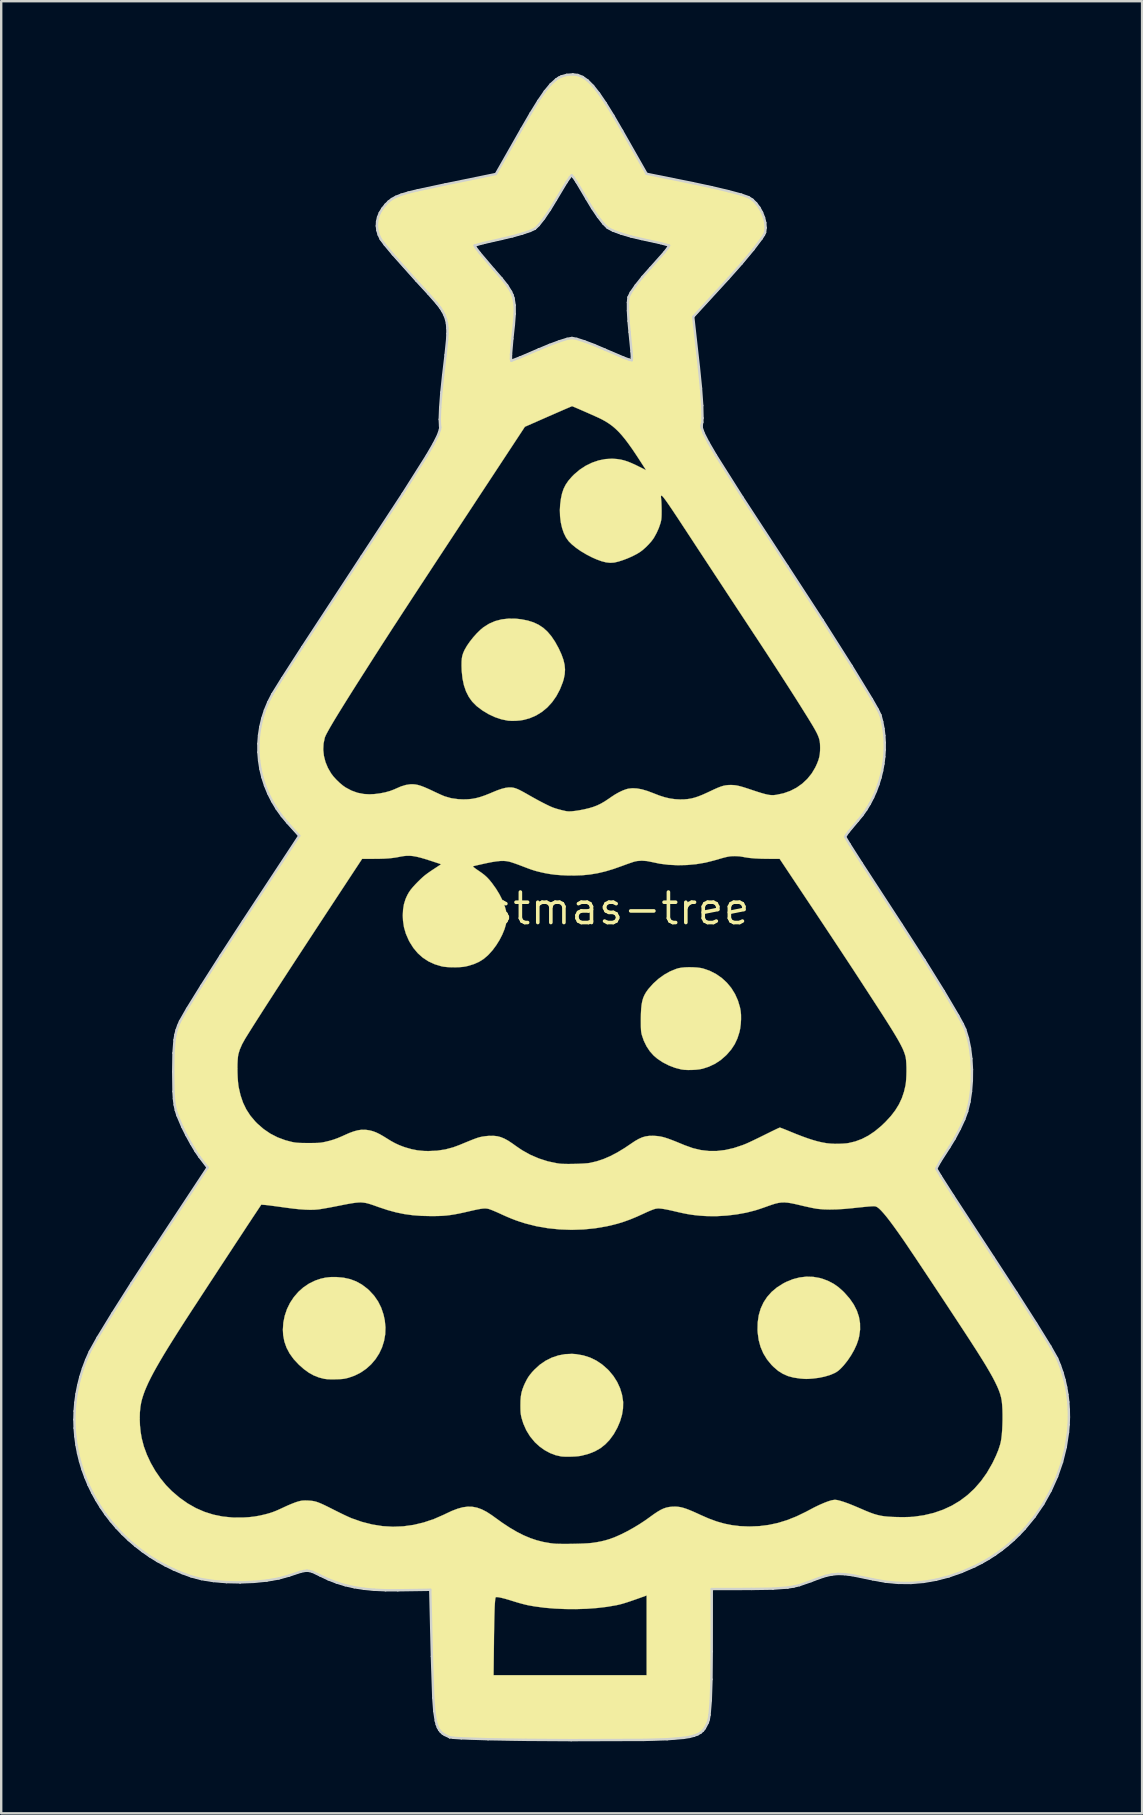
<source format=kicad_pcb>
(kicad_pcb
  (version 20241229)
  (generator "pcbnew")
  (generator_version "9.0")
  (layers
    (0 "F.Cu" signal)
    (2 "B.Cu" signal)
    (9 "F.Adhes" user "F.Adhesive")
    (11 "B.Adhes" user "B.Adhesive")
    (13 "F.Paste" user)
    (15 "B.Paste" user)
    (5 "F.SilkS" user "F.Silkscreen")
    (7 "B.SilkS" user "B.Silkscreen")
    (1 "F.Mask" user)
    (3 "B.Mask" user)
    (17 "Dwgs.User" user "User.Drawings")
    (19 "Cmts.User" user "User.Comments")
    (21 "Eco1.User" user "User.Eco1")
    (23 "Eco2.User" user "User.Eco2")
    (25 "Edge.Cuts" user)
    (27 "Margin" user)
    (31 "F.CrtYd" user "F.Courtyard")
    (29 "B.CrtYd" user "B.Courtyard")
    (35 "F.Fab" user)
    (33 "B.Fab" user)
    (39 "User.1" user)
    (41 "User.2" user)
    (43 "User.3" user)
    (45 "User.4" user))
  (footprint "christmas-tree"
    (layer "F.Cu")
    (at 20.93 34.809)
    (property "Reference" "christmas-tree" (at 0 0 0) (layer "F.SilkS") (effects (font (size 1.27 1.27) (thickness 0.15))))
    (attr through_hole)
    (fp_poly (pts (xy -9.959 15.352) (xy -9.662 15.379) (xy -9.389 15.439) (xy -9.137 15.534) (xy -8.9 15.666) (xy -8.676 15.836) (xy -8.593 15.911) (xy -8.393 16.128) (xy -8.228 16.366) (xy -8.097 16.627) (xy -8.001 16.911) (xy -7.948 17.153) (xy -7.919 17.447) (xy -7.929 17.735) (xy -7.978 18.015) (xy -8.062 18.283) (xy -8.181 18.536) (xy -8.332 18.771) (xy -8.512 18.984) (xy -8.72 19.172) (xy -8.954 19.333) (xy -9.212 19.462) (xy -9.464 19.549) (xy -9.555 19.572) (xy -9.64 19.589) (xy -9.731 19.6) (xy -9.841 19.607) (xy -9.98 19.612) (xy -9.991 19.612) (xy -10.189 19.614) (xy -10.348 19.607) (xy -10.468 19.592) (xy -10.47 19.592) (xy -10.696 19.534) (xy -10.909 19.45) (xy -11.115 19.335) (xy -11.32 19.186) (xy -11.53 19) (xy -11.531 18.999) (xy -11.742 18.773) (xy -11.912 18.539) (xy -12.041 18.295) (xy -12.131 18.039) (xy -12.181 17.771) (xy -12.193 17.544) (xy -12.174 17.248) (xy -12.115 16.961) (xy -12.022 16.686) (xy -11.895 16.427) (xy -11.737 16.188) (xy -11.551 15.971) (xy -11.339 15.782) (xy -11.103 15.623) (xy -10.846 15.498) (xy -10.827 15.491) (xy -10.619 15.421) (xy -10.417 15.376) (xy -10.207 15.353) (xy -9.975 15.352) (xy -9.959 15.352)) (stroke (width 0.01) (type solid)) (fill yes) (layer "F.SilkS"))
    (fp_poly (pts (xy -2.481 -12.08) (xy -2.254 -12.054) (xy -1.99 -12.002) (xy -1.753 -11.928) (xy -1.54 -11.828) (xy -1.346 -11.7) (xy -1.17 -11.541) (xy -1.007 -11.349) (xy -0.853 -11.12) (xy -0.705 -10.851) (xy -0.693 -10.827) (xy -0.583 -10.586) (xy -0.504 -10.366) (xy -0.456 -10.161) (xy -0.438 -9.964) (xy -0.45 -9.769) (xy -0.49 -9.569) (xy -0.529 -9.438) (xy -0.651 -9.129) (xy -0.801 -8.849) (xy -0.976 -8.6) (xy -1.176 -8.382) (xy -1.398 -8.198) (xy -1.642 -8.048) (xy -1.906 -7.934) (xy -2.159 -7.864) (xy -2.308 -7.84) (xy -2.475 -7.826) (xy -2.641 -7.822) (xy -2.79 -7.829) (xy -2.826 -7.834) (xy -3.09 -7.888) (xy -3.36 -7.979) (xy -3.626 -8.104) (xy -3.881 -8.258) (xy -4.118 -8.437) (xy -4.132 -8.45) (xy -4.304 -8.624) (xy -4.447 -8.823) (xy -4.562 -9.05) (xy -4.649 -9.305) (xy -4.709 -9.59) (xy -4.742 -9.906) (xy -4.749 -10.128) (xy -4.747 -10.291) (xy -4.737 -10.423) (xy -4.717 -10.535) (xy -4.684 -10.64) (xy -4.637 -10.749) (xy -4.62 -10.784) (xy -4.525 -10.95) (xy -4.403 -11.126) (xy -4.263 -11.303) (xy -4.114 -11.47) (xy -3.963 -11.617) (xy -3.833 -11.725) (xy -3.601 -11.871) (xy -3.35 -11.98) (xy -3.079 -12.051) (xy -2.79 -12.084) (xy -2.481 -12.08)) (stroke (width 0.01) (type solid)) (fill yes) (layer "F.SilkS"))
    (fp_poly (pts (xy 9.903 15.343) (xy 10.181 15.392) (xy 10.313 15.431) (xy 10.546 15.522) (xy 10.756 15.633) (xy 10.951 15.769) (xy 11.143 15.939) (xy 11.212 16.009) (xy 11.425 16.252) (xy 11.595 16.499) (xy 11.723 16.752) (xy 11.809 17.009) (xy 11.854 17.272) (xy 11.857 17.542) (xy 11.819 17.818) (xy 11.787 17.949) (xy 11.715 18.16) (xy 11.612 18.383) (xy 11.485 18.608) (xy 11.339 18.825) (xy 11.18 19.025) (xy 11.111 19.1) (xy 11.024 19.189) (xy 10.949 19.255) (xy 10.876 19.306) (xy 10.79 19.353) (xy 10.768 19.364) (xy 10.588 19.438) (xy 10.377 19.5) (xy 10.147 19.548) (xy 9.908 19.579) (xy 9.906 19.579) (xy 9.782 19.589) (xy 9.685 19.595) (xy 9.603 19.596) (xy 9.519 19.593) (xy 9.422 19.585) (xy 9.345 19.578) (xy 9.082 19.539) (xy 8.849 19.476) (xy 8.638 19.383) (xy 8.443 19.26) (xy 8.256 19.1) (xy 8.166 19.01) (xy 7.977 18.78) (xy 7.825 18.531) (xy 7.71 18.262) (xy 7.632 17.974) (xy 7.59 17.663) (xy 7.584 17.558) (xy 7.591 17.241) (xy 7.634 16.944) (xy 7.715 16.667) (xy 7.832 16.412) (xy 7.985 16.179) (xy 8.173 15.968) (xy 8.396 15.781) (xy 8.655 15.618) (xy 8.772 15.557) (xy 9.053 15.442) (xy 9.337 15.368) (xy 9.621 15.335) (xy 9.903 15.343)) (stroke (width 0.01) (type solid)) (fill yes) (layer "F.SilkS"))
    (fp_poly (pts (xy 0.019 18.563) (xy 0.321 18.615) (xy 0.602 18.704) (xy 0.865 18.831) (xy 1.111 18.996) (xy 1.343 19.2) (xy 1.392 19.25) (xy 1.581 19.478) (xy 1.737 19.725) (xy 1.857 19.987) (xy 1.939 20.259) (xy 1.982 20.536) (xy 1.984 20.569) (xy 1.979 20.824) (xy 1.937 21.089) (xy 1.858 21.358) (xy 1.745 21.625) (xy 1.6 21.885) (xy 1.582 21.913) (xy 1.417 22.138) (xy 1.235 22.327) (xy 1.034 22.485) (xy 0.808 22.613) (xy 0.554 22.714) (xy 0.269 22.79) (xy 0.192 22.806) (xy 0.098 22.818) (xy -0.026 22.828) (xy -0.166 22.834) (xy -0.31 22.836) (xy -0.445 22.835) (xy -0.557 22.829) (xy -0.603 22.824) (xy -0.831 22.773) (xy -1.061 22.685) (xy -1.285 22.564) (xy -1.496 22.414) (xy -1.688 22.239) (xy -1.694 22.232) (xy -1.891 21.995) (xy -2.051 21.736) (xy -2.175 21.455) (xy -2.238 21.254) (xy -2.26 21.169) (xy -2.275 21.093) (xy -2.285 21.015) (xy -2.291 20.925) (xy -2.294 20.811) (xy -2.295 20.701) (xy -2.292 20.5) (xy -2.278 20.329) (xy -2.253 20.177) (xy -2.212 20.032) (xy -2.155 19.882) (xy -2.108 19.778) (xy -2.039 19.64) (xy -1.972 19.525) (xy -1.898 19.421) (xy -1.809 19.313) (xy -1.705 19.202) (xy -1.486 19.002) (xy -1.245 18.837) (xy -0.987 18.708) (xy -0.715 18.617) (xy -0.433 18.564) (xy -0.146 18.552) (xy 0.019 18.563)) (stroke (width 0.01) (type solid)) (fill yes) (layer "F.SilkS"))
    (fp_poly (pts (xy 4.896 2.444) (xy 5.063 2.454) (xy 5.212 2.473) (xy 5.313 2.494) (xy 5.596 2.592) (xy 5.858 2.726) (xy 6.096 2.892) (xy 6.308 3.088) (xy 6.493 3.311) (xy 6.646 3.559) (xy 6.767 3.829) (xy 6.853 4.118) (xy 6.88 4.261) (xy 6.896 4.424) (xy 6.897 4.611) (xy 6.885 4.808) (xy 6.861 4.998) (xy 6.83 5.146) (xy 6.745 5.41) (xy 6.633 5.648) (xy 6.489 5.868) (xy 6.307 6.079) (xy 6.278 6.109) (xy 6.056 6.304) (xy 5.816 6.463) (xy 5.554 6.587) (xy 5.295 6.671) (xy 5.17 6.695) (xy 5.018 6.713) (xy 4.851 6.722) (xy 4.684 6.724) (xy 4.531 6.717) (xy 4.41 6.701) (xy 4.146 6.633) (xy 3.885 6.533) (xy 3.638 6.406) (xy 3.413 6.256) (xy 3.262 6.129) (xy 3.1 5.949) (xy 2.96 5.739) (xy 2.845 5.504) (xy 2.769 5.281) (xy 2.753 5.222) (xy 2.742 5.166) (xy 2.733 5.105) (xy 2.728 5.033) (xy 2.724 4.942) (xy 2.723 4.824) (xy 2.722 4.674) (xy 2.722 4.625) (xy 2.725 4.385) (xy 2.735 4.181) (xy 2.753 4.007) (xy 2.781 3.857) (xy 2.819 3.724) (xy 2.871 3.603) (xy 2.937 3.488) (xy 3.019 3.372) (xy 3.046 3.338) (xy 3.24 3.121) (xy 3.456 2.926) (xy 3.689 2.757) (xy 3.932 2.62) (xy 4.179 2.517) (xy 4.286 2.484) (xy 4.406 2.462) (xy 4.556 2.447) (xy 4.723 2.441) (xy 4.896 2.444)) (stroke (width 0.01) (type solid)) (fill yes) (layer "F.SilkS"))
    (fp_poly (pts (xy -0.032 -34.749) (xy 0.116 -34.726) (xy 0.252 -34.677) (xy 0.386 -34.598) (xy 0.526 -34.486) (xy 0.57 -34.447) (xy 0.645 -34.375) (xy 0.72 -34.296) (xy 0.797 -34.207) (xy 0.878 -34.108) (xy 0.963 -33.996) (xy 1.054 -33.868) (xy 1.152 -33.722) (xy 1.259 -33.557) (xy 1.376 -33.37) (xy 1.505 -33.159) (xy 1.646 -32.923) (xy 1.802 -32.658) (xy 1.973 -32.363) (xy 2.161 -32.035) (xy 2.368 -31.673) (xy 2.433 -31.557) (xy 2.969 -30.613) (xy 4.046 -30.396) (xy 4.526 -30.299) (xy 4.964 -30.208) (xy 5.363 -30.124) (xy 5.721 -30.045) (xy 6.042 -29.973) (xy 6.324 -29.906) (xy 6.569 -29.844) (xy 6.778 -29.788) (xy 6.952 -29.737) (xy 7.09 -29.691) (xy 7.195 -29.65) (xy 7.258 -29.619) (xy 7.413 -29.506) (xy 7.555 -29.359) (xy 7.679 -29.185) (xy 7.782 -28.991) (xy 7.859 -28.785) (xy 7.908 -28.574) (xy 7.924 -28.374) (xy 7.922 -28.289) (xy 7.914 -28.216) (xy 7.897 -28.147) (xy 7.868 -28.077) (xy 7.823 -27.998) (xy 7.761 -27.904) (xy 7.677 -27.788) (xy 7.608 -27.695) (xy 7.518 -27.577) (xy 7.429 -27.462) (xy 7.338 -27.347) (xy 7.242 -27.229) (xy 7.14 -27.106) (xy 7.028 -26.974) (xy 6.905 -26.832) (xy 6.768 -26.677) (xy 6.615 -26.505) (xy 6.443 -26.314) (xy 6.25 -26.101) (xy 6.033 -25.864) (xy 5.791 -25.599) (xy 5.703 -25.503) (xy 4.914 -24.643) (xy 5.059 -23.344) (xy 5.096 -23.01) (xy 5.129 -22.714) (xy 5.158 -22.453) (xy 5.182 -22.223) (xy 5.204 -22.021) (xy 5.221 -21.842) (xy 5.236 -21.684) (xy 5.248 -21.542) (xy 5.258 -21.413) (xy 5.265 -21.293) (xy 5.271 -21.179) (xy 5.275 -21.067) (xy 5.278 -20.953) (xy 5.28 -20.834) (xy 5.281 -20.706) (xy 5.282 -20.602) (xy 5.286 -19.943) (xy 5.412 -19.682) (xy 5.457 -19.592) (xy 5.507 -19.495) (xy 5.565 -19.388) (xy 5.63 -19.271) (xy 5.705 -19.142) (xy 5.789 -18.999) (xy 5.884 -18.842) (xy 5.991 -18.667) (xy 6.11 -18.475) (xy 6.243 -18.264) (xy 6.39 -18.031) (xy 6.553 -17.776) (xy 6.731 -17.497) (xy 6.927 -17.193) (xy 7.142 -16.863) (xy 7.375 -16.504) (xy 7.628 -16.115) (xy 7.902 -15.695) (xy 8.198 -15.243) (xy 8.442 -14.87) (xy 8.878 -14.203) (xy 9.29 -13.571) (xy 9.679 -12.973) (xy 10.044 -12.409) (xy 10.385 -11.879) (xy 10.704 -11.382) (xy 10.999 -10.919) (xy 11.272 -10.488) (xy 11.522 -10.09) (xy 11.75 -9.724) (xy 11.955 -9.39) (xy 12.139 -9.088) (xy 12.3 -8.818) (xy 12.44 -8.578) (xy 12.558 -8.369) (xy 12.571 -8.347) (xy 12.633 -8.227) (xy 12.685 -8.111) (xy 12.728 -7.99) (xy 12.767 -7.854) (xy 12.803 -7.694) (xy 12.84 -7.504) (xy 12.857 -7.379) (xy 12.869 -7.221) (xy 12.877 -7.04) (xy 12.881 -6.846) (xy 12.88 -6.648) (xy 12.875 -6.455) (xy 12.866 -6.277) (xy 12.852 -6.124) (xy 12.841 -6.043) (xy 12.772 -5.685) (xy 12.688 -5.355) (xy 12.585 -5.044) (xy 12.46 -4.738) (xy 12.353 -4.514) (xy 12.229 -4.285) (xy 12.091 -4.066) (xy 11.933 -3.847) (xy 11.766 -3.642) (xy 11.628 -3.477) (xy 11.516 -3.343) (xy 11.428 -3.234) (xy 11.36 -3.15) (xy 11.313 -3.087) (xy 11.282 -3.042) (xy 11.281 -3.04) (xy 11.263 -3.008) (xy 11.257 -2.981) (xy 11.266 -2.949) (xy 11.292 -2.899) (xy 11.329 -2.839) (xy 11.399 -2.725) (xy 11.485 -2.588) (xy 11.588 -2.426) (xy 11.708 -2.237) (xy 11.846 -2.022) (xy 12.003 -1.778) (xy 12.179 -1.505) (xy 12.376 -1.201) (xy 12.593 -0.867) (xy 12.832 -0.499) (xy 13.093 -0.098) (xy 13.268 0.169) (xy 13.64 0.741) (xy 13.987 1.279) (xy 14.31 1.782) (xy 14.609 2.251) (xy 14.883 2.686) (xy 15.132 3.087) (xy 15.357 3.453) (xy 15.558 3.785) (xy 15.734 4.083) (xy 15.887 4.348) (xy 16.014 4.578) (xy 16.118 4.774) (xy 16.198 4.937) (xy 16.253 5.066) (xy 16.264 5.096) (xy 16.355 5.395) (xy 16.426 5.725) (xy 16.479 6.079) (xy 16.511 6.448) (xy 16.524 6.826) (xy 16.517 7.206) (xy 16.488 7.58) (xy 16.44 7.941) (xy 16.391 8.191) (xy 16.327 8.434) (xy 16.245 8.682) (xy 16.14 8.938) (xy 16.012 9.208) (xy 15.859 9.495) (xy 15.678 9.802) (xy 15.473 10.128) (xy 15.344 10.328) (xy 15.239 10.495) (xy 15.158 10.629) (xy 15.099 10.73) (xy 15.064 10.8) (xy 15.05 10.84) (xy 15.05 10.843) (xy 15.061 10.871) (xy 15.096 10.934) (xy 15.154 11.032) (xy 15.235 11.163) (xy 15.338 11.328) (xy 15.464 11.526) (xy 15.612 11.756) (xy 15.781 12.019) (xy 15.972 12.315) (xy 16.184 12.641) (xy 16.417 12.999) (xy 16.67 13.388) (xy 16.945 13.807) (xy 17.177 14.161) (xy 17.484 14.63) (xy 17.778 15.081) (xy 18.058 15.511) (xy 18.323 15.92) (xy 18.572 16.306) (xy 18.804 16.669) (xy 19.02 17.007) (xy 19.217 17.318) (xy 19.396 17.603) (xy 19.556 17.859) (xy 19.695 18.086) (xy 19.814 18.282) (xy 19.911 18.447) (xy 19.986 18.578) (xy 20.034 18.668) (xy 20.114 18.843) (xy 20.195 19.05) (xy 20.273 19.277) (xy 20.345 19.516) (xy 20.407 19.754) (xy 20.446 19.932) (xy 20.491 20.195) (xy 20.524 20.486) (xy 20.547 20.791) (xy 20.558 21.098) (xy 20.557 21.396) (xy 20.543 21.671) (xy 20.533 21.78) (xy 20.451 22.336) (xy 20.331 22.876) (xy 20.17 23.402) (xy 19.97 23.912) (xy 19.731 24.407) (xy 19.453 24.886) (xy 19.135 25.349) (xy 18.974 25.559) (xy 18.863 25.691) (xy 18.727 25.842) (xy 18.573 26.002) (xy 18.411 26.165) (xy 18.247 26.323) (xy 18.089 26.468) (xy 17.945 26.593) (xy 17.865 26.658) (xy 17.482 26.936) (xy 17.094 27.179) (xy 16.689 27.394) (xy 16.492 27.486) (xy 16.018 27.684) (xy 15.555 27.842) (xy 15.099 27.964) (xy 14.646 28.048) (xy 14.191 28.098) (xy 13.773 28.112) (xy 13.585 28.111) (xy 13.413 28.106) (xy 13.25 28.097) (xy 13.089 28.083) (xy 12.923 28.062) (xy 12.744 28.034) (xy 12.545 27.997) (xy 12.318 27.952) (xy 12.107 27.908) (xy 11.888 27.862) (xy 11.703 27.826) (xy 11.546 27.797) (xy 11.412 27.777) (xy 11.292 27.763) (xy 11.182 27.755) (xy 11.074 27.752) (xy 10.963 27.754) (xy 10.922 27.755) (xy 10.815 27.76) (xy 10.719 27.768) (xy 10.628 27.78) (xy 10.537 27.798) (xy 10.438 27.823) (xy 10.325 27.857) (xy 10.192 27.902) (xy 10.032 27.959) (xy 9.85 28.027) (xy 9.608 28.114) (xy 9.394 28.183) (xy 9.199 28.238) (xy 9.015 28.28) (xy 8.831 28.311) (xy 8.752 28.322) (xy 8.689 28.328) (xy 8.585 28.333) (xy 8.443 28.338) (xy 8.265 28.342) (xy 8.053 28.346) (xy 7.809 28.35) (xy 7.535 28.353) (xy 7.234 28.356) (xy 7.131 28.357) (xy 5.701 28.367) (xy 5.687 30.392) (xy 5.684 30.805) (xy 5.681 31.179) (xy 5.677 31.515) (xy 5.673 31.817) (xy 5.669 32.088) (xy 5.664 32.329) (xy 5.659 32.544) (xy 5.653 32.735) (xy 5.646 32.906) (xy 5.639 33.058) (xy 5.63 33.194) (xy 5.621 33.317) (xy 5.61 33.43) (xy 5.599 33.536) (xy 5.598 33.544) (xy 5.573 33.715) (xy 5.541 33.855) (xy 5.498 33.976) (xy 5.441 34.088) (xy 5.395 34.161) (xy 5.339 34.237) (xy 5.274 34.304) (xy 5.198 34.363) (xy 5.108 34.415) (xy 5.002 34.46) (xy 4.877 34.499) (xy 4.73 34.533) (xy 4.558 34.561) (xy 4.359 34.584) (xy 4.131 34.604) (xy 3.869 34.62) (xy 3.573 34.634) (xy 3.238 34.645) (xy 3.027 34.65) (xy 2.837 34.654) (xy 2.61 34.657) (xy 2.348 34.66) (xy 2.057 34.662) (xy 1.739 34.664) (xy 1.4 34.665) (xy 1.043 34.666) (xy 0.672 34.666) (xy 0.292 34.666) (xy -0.093 34.665) (xy -0.48 34.664) (xy -0.863 34.662) (xy -1.24 34.66) (xy -1.606 34.657) (xy -1.956 34.654) (xy -2.287 34.65) (xy -2.443 34.648) (xy -2.762 34.643) (xy -3.075 34.638) (xy -3.381 34.631) (xy -3.674 34.624) (xy -3.952 34.617) (xy -4.21 34.609) (xy -4.444 34.6) (xy -4.651 34.592) (xy -4.828 34.584) (xy -4.97 34.575) (xy -5.074 34.567) (xy -5.081 34.566) (xy -5.222 34.543) (xy -5.345 34.502) (xy -5.384 34.484) (xy -5.469 34.438) (xy -5.544 34.386) (xy -5.611 34.326) (xy -5.67 34.255) (xy -5.722 34.17) (xy -5.767 34.07) (xy -5.806 33.951) (xy -5.839 33.81) (xy -5.867 33.645) (xy -5.891 33.454) (xy -5.912 33.233) (xy -5.929 32.981) (xy -5.944 32.694) (xy -5.957 32.37) (xy -5.969 32.015) (xy -5.971 31.941) (xy -3.415 31.941) (xy 2.963 31.941) (xy 2.963 28.619) (xy 2.693 28.716) (xy 2.484 28.79) (xy 2.307 28.851) (xy 2.158 28.901) (xy 2.03 28.941) (xy 1.917 28.974) (xy 1.813 29) (xy 1.712 29.023) (xy 1.685 29.028) (xy 1.305 29.093) (xy 0.896 29.141) (xy 0.465 29.173) (xy 0.022 29.187) (xy -0.425 29.184) (xy -0.867 29.165) (xy -1.295 29.129) (xy -1.7 29.075) (xy -1.963 29.029) (xy -2.074 29.004) (xy -2.212 28.969) (xy -2.362 28.928) (xy -2.51 28.884) (xy -2.584 28.861) (xy -2.78 28.8) (xy -2.95 28.751) (xy -3.092 28.716) (xy -3.203 28.693) (xy -3.28 28.685) (xy -3.321 28.691) (xy -3.323 28.694) (xy -3.334 28.717) (xy -3.344 28.766) (xy -3.352 28.843) (xy -3.36 28.948) (xy -3.368 29.085) (xy -3.374 29.253) (xy -3.38 29.456) (xy -3.386 29.695) (xy -3.391 29.971) (xy -3.396 30.286) (xy -3.399 30.602) (xy -3.415 31.941) (xy -5.971 31.941) (xy -5.974 31.83) (xy -5.98 31.623) (xy -5.986 31.397) (xy -5.993 31.157) (xy -6 30.907) (xy -6.006 30.65) (xy -6.013 30.391) (xy -6.019 30.135) (xy -6.026 29.884) (xy -6.031 29.643) (xy -6.037 29.416) (xy -6.042 29.208) (xy -6.046 29.022) (xy -6.049 28.862) (xy -6.052 28.733) (xy -6.053 28.638) (xy -6.054 28.585) (xy -6.054 28.407) (xy -7.191 28.411) (xy -7.452 28.412) (xy -7.676 28.413) (xy -7.865 28.412) (xy -8.026 28.411) (xy -8.162 28.409) (xy -8.277 28.406) (xy -8.377 28.402) (xy -8.465 28.396) (xy -8.547 28.39) (xy -8.625 28.382) (xy -8.651 28.379) (xy -9.038 28.325) (xy -9.395 28.256) (xy -9.73 28.17) (xy -10.054 28.062) (xy -10.376 27.931) (xy -10.649 27.801) (xy -10.758 27.749) (xy -10.866 27.7) (xy -10.961 27.66) (xy -11.032 27.634) (xy -11.039 27.632) (xy -11.108 27.616) (xy -11.178 27.61) (xy -11.256 27.614) (xy -11.349 27.63) (xy -11.463 27.659) (xy -11.604 27.702) (xy -11.751 27.75) (xy -12.011 27.832) (xy -12.257 27.901) (xy -12.496 27.956) (xy -12.737 28) (xy -12.988 28.033) (xy -13.257 28.057) (xy -13.553 28.073) (xy -13.844 28.082) (xy -14.287 28.084) (xy -14.694 28.069) (xy -15.07 28.036) (xy -15.417 27.987) (xy -15.741 27.919) (xy -16.044 27.832) (xy -16.171 27.789) (xy -16.679 27.583) (xy -17.17 27.342) (xy -17.64 27.068) (xy -18.085 26.762) (xy -18.504 26.428) (xy -18.87 26.088) (xy -19.235 25.694) (xy -19.565 25.28) (xy -19.859 24.847) (xy -20.116 24.398) (xy -20.338 23.934) (xy -20.522 23.458) (xy -20.669 22.971) (xy -20.778 22.476) (xy -20.849 21.976) (xy -20.882 21.47) (xy -20.879 21.261) (xy -18.158 21.261) (xy -18.148 21.535) (xy -18.12 21.809) (xy -18.076 22.067) (xy -17.987 22.408) (xy -17.86 22.752) (xy -17.701 23.093) (xy -17.512 23.423) (xy -17.297 23.736) (xy -17.062 24.024) (xy -16.823 24.268) (xy -16.498 24.545) (xy -16.163 24.782) (xy -15.818 24.978) (xy -15.46 25.134) (xy -15.088 25.251) (xy -14.701 25.33) (xy -14.296 25.37) (xy -13.874 25.372) (xy -13.864 25.372) (xy -13.611 25.357) (xy -13.383 25.331) (xy -13.164 25.293) (xy -12.936 25.24) (xy -12.901 25.231) (xy -12.789 25.2) (xy -12.69 25.17) (xy -12.595 25.137) (xy -12.495 25.098) (xy -12.383 25.05) (xy -12.249 24.989) (xy -12.095 24.917) (xy -11.97 24.86) (xy -11.84 24.806) (xy -11.717 24.757) (xy -11.615 24.721) (xy -11.58 24.71) (xy -11.485 24.685) (xy -11.408 24.669) (xy -11.332 24.662) (xy -11.243 24.661) (xy -11.147 24.664) (xy -11.053 24.67) (xy -10.967 24.679) (xy -10.885 24.693) (xy -10.8 24.715) (xy -10.708 24.747) (xy -10.603 24.79) (xy -10.479 24.846) (xy -10.331 24.918) (xy -10.154 25.007) (xy -10.083 25.043) (xy -9.931 25.119) (xy -9.78 25.194) (xy -9.637 25.263) (xy -9.509 25.323) (xy -9.404 25.37) (xy -9.336 25.4) (xy -8.901 25.552) (xy -8.468 25.662) (xy -8.037 25.73) (xy -7.607 25.755) (xy -7.179 25.738) (xy -6.751 25.679) (xy -6.325 25.577) (xy -5.899 25.434) (xy -5.474 25.248) (xy -5.416 25.219) (xy -5.154 25.096) (xy -4.916 25.005) (xy -4.697 24.945) (xy -4.492 24.918) (xy -4.295 24.923) (xy -4.101 24.961) (xy -3.906 25.031) (xy -3.704 25.135) (xy -3.491 25.273) (xy -3.382 25.352) (xy -3.054 25.588) (xy -2.746 25.791) (xy -2.452 25.964) (xy -2.17 26.108) (xy -1.892 26.226) (xy -1.617 26.319) (xy -1.337 26.39) (xy -1.05 26.44) (xy -0.91 26.457) (xy -0.817 26.464) (xy -0.69 26.468) (xy -0.535 26.471) (xy -0.363 26.471) (xy -0.179 26.469) (xy 0.008 26.465) (xy 0.19 26.46) (xy 0.359 26.453) (xy 0.508 26.445) (xy 0.629 26.435) (xy 0.688 26.429) (xy 0.893 26.398) (xy 1.071 26.364) (xy 1.236 26.324) (xy 1.403 26.274) (xy 1.46 26.255) (xy 1.672 26.174) (xy 1.906 26.069) (xy 2.154 25.944) (xy 2.408 25.803) (xy 2.66 25.651) (xy 2.9 25.493) (xy 3.088 25.359) (xy 3.263 25.232) (xy 3.413 25.132) (xy 3.546 25.054) (xy 3.666 24.997) (xy 3.781 24.958) (xy 3.897 24.933) (xy 4.02 24.92) (xy 4.043 24.919) (xy 4.153 24.916) (xy 4.258 24.922) (xy 4.365 24.937) (xy 4.478 24.964) (xy 4.604 25.004) (xy 4.748 25.059) (xy 4.915 25.129) (xy 5.112 25.218) (xy 5.206 25.262) (xy 5.555 25.415) (xy 5.885 25.536) (xy 6.207 25.627) (xy 6.528 25.691) (xy 6.855 25.73) (xy 7.199 25.744) (xy 7.26 25.745) (xy 7.658 25.729) (xy 8.046 25.68) (xy 8.43 25.598) (xy 8.813 25.48) (xy 9.202 25.326) (xy 9.599 25.134) (xy 9.716 25.072) (xy 9.944 24.951) (xy 10.157 24.848) (xy 10.35 24.764) (xy 10.52 24.699) (xy 10.663 24.655) (xy 10.777 24.635) (xy 10.816 24.633) (xy 10.907 24.644) (xy 11.031 24.675) (xy 11.186 24.723) (xy 11.37 24.789) (xy 11.578 24.872) (xy 11.808 24.969) (xy 11.864 24.993) (xy 12.076 25.085) (xy 12.258 25.159) (xy 12.42 25.218) (xy 12.57 25.262) (xy 12.715 25.296) (xy 12.865 25.319) (xy 13.027 25.335) (xy 13.211 25.346) (xy 13.377 25.351) (xy 13.582 25.355) (xy 13.773 25.353) (xy 13.942 25.348) (xy 14.078 25.339) (xy 14.083 25.339) (xy 14.515 25.277) (xy 14.924 25.18) (xy 15.312 25.046) (xy 15.676 24.878) (xy 16.017 24.674) (xy 16.334 24.435) (xy 16.627 24.161) (xy 16.895 23.853) (xy 17.139 23.511) (xy 17.357 23.134) (xy 17.398 23.054) (xy 17.523 22.79) (xy 17.62 22.553) (xy 17.69 22.338) (xy 17.718 22.227) (xy 17.742 22.089) (xy 17.762 21.919) (xy 17.777 21.724) (xy 17.787 21.512) (xy 17.793 21.294) (xy 17.793 21.077) (xy 17.788 20.87) (xy 17.777 20.682) (xy 17.761 20.522) (xy 17.756 20.489) (xy 17.731 20.36) (xy 17.693 20.223) (xy 17.64 20.073) (xy 17.571 19.909) (xy 17.485 19.729) (xy 17.381 19.528) (xy 17.256 19.306) (xy 17.111 19.058) (xy 16.942 18.783) (xy 16.75 18.478) (xy 16.69 18.383) (xy 16.582 18.216) (xy 16.455 18.019) (xy 16.311 17.798) (xy 16.153 17.556) (xy 15.982 17.296) (xy 15.802 17.021) (xy 15.614 16.736) (xy 15.422 16.444) (xy 15.227 16.149) (xy 15.031 15.854) (xy 14.838 15.562) (xy 14.649 15.278) (xy 14.467 15.004) (xy 14.295 14.746) (xy 14.134 14.505) (xy 13.986 14.286) (xy 13.856 14.092) (xy 13.744 13.927) (xy 13.665 13.811) (xy 13.461 13.519) (xy 13.278 13.263) (xy 13.115 13.043) (xy 12.971 12.856) (xy 12.844 12.703) (xy 12.736 12.583) (xy 12.644 12.494) (xy 12.568 12.437) (xy 12.509 12.41) (xy 12.48 12.404) (xy 12.439 12.401) (xy 12.385 12.401) (xy 12.312 12.405) (xy 12.217 12.412) (xy 12.095 12.423) (xy 11.944 12.438) (xy 11.758 12.457) (xy 11.536 12.481) (xy 11.194 12.513) (xy 10.876 12.532) (xy 10.584 12.538) (xy 10.324 12.531) (xy 10.098 12.511) (xy 10.034 12.502) (xy 9.943 12.486) (xy 9.821 12.462) (xy 9.68 12.431) (xy 9.53 12.398) (xy 9.382 12.363) (xy 9.371 12.36) (xy 9.164 12.312) (xy 8.99 12.276) (xy 8.841 12.252) (xy 8.709 12.242) (xy 8.586 12.244) (xy 8.464 12.26) (xy 8.336 12.289) (xy 8.193 12.333) (xy 8.028 12.39) (xy 7.98 12.408) (xy 7.855 12.452) (xy 7.722 12.498) (xy 7.598 12.539) (xy 7.497 12.571) (xy 7.493 12.572) (xy 7.122 12.667) (xy 6.726 12.739) (xy 6.316 12.789) (xy 5.903 12.813) (xy 5.499 12.812) (xy 5.37 12.806) (xy 5.176 12.793) (xy 5.003 12.776) (xy 4.838 12.755) (xy 4.672 12.728) (xy 4.492 12.693) (xy 4.287 12.648) (xy 4.181 12.623) (xy 3.984 12.577) (xy 3.822 12.543) (xy 3.69 12.518) (xy 3.582 12.502) (xy 3.494 12.495) (xy 3.42 12.495) (xy 3.354 12.502) (xy 3.332 12.506) (xy 3.274 12.523) (xy 3.186 12.555) (xy 3.078 12.599) (xy 2.959 12.651) (xy 2.86 12.697) (xy 2.56 12.834) (xy 2.283 12.949) (xy 2.017 13.045) (xy 1.753 13.127) (xy 1.479 13.197) (xy 1.3 13.237) (xy 0.821 13.319) (xy 0.33 13.368) (xy -0.167 13.384) (xy -0.664 13.366) (xy -1.153 13.316) (xy -1.628 13.234) (xy -2.082 13.119) (xy -2.117 13.109) (xy -2.307 13.049) (xy -2.484 12.988) (xy -2.658 12.921) (xy -2.842 12.845) (xy -3.047 12.754) (xy -3.143 12.709) (xy -3.269 12.652) (xy -3.389 12.601) (xy -3.496 12.557) (xy -3.582 12.525) (xy -3.638 12.508) (xy -3.638 12.508) (xy -3.704 12.497) (xy -3.773 12.493) (xy -3.854 12.497) (xy -3.951 12.51) (xy -4.071 12.531) (xy -4.219 12.562) (xy -4.403 12.604) (xy -4.645 12.66) (xy -4.855 12.705) (xy -5.04 12.74) (xy -5.21 12.767) (xy -5.373 12.787) (xy -5.537 12.8) (xy -5.71 12.807) (xy -5.901 12.811) (xy -6.022 12.811) (xy -6.416 12.802) (xy -6.782 12.775) (xy -7.132 12.727) (xy -7.477 12.656) (xy -7.829 12.56) (xy -8.197 12.438) (xy -8.234 12.425) (xy -8.384 12.371) (xy -8.513 12.327) (xy -8.626 12.292) (xy -8.73 12.266) (xy -8.829 12.25) (xy -8.93 12.242) (xy -9.037 12.243) (xy -9.157 12.254) (xy -9.294 12.273) (xy -9.455 12.3) (xy -9.645 12.336) (xy -9.869 12.381) (xy -9.932 12.393) (xy -10.095 12.425) (xy -10.257 12.456) (xy -10.41 12.483) (xy -10.544 12.506) (xy -10.652 12.524) (xy -10.718 12.533) (xy -10.882 12.546) (xy -11.063 12.55) (xy -11.266 12.543) (xy -11.496 12.527) (xy -11.757 12.5) (xy -12.052 12.462) (xy -12.16 12.447) (xy -12.326 12.424) (xy -12.486 12.402) (xy -12.633 12.383) (xy -12.761 12.366) (xy -12.862 12.354) (xy -12.929 12.347) (xy -12.934 12.347) (xy -13.094 12.335) (xy -13.366 12.745) (xy -13.456 12.88) (xy -13.564 13.045) (xy -13.69 13.234) (xy -13.829 13.447) (xy -13.981 13.678) (xy -14.144 13.925) (xy -14.314 14.184) (xy -14.49 14.453) (xy -14.67 14.727) (xy -14.852 15.004) (xy -15.032 15.28) (xy -15.21 15.551) (xy -15.383 15.816) (xy -15.549 16.069) (xy -15.705 16.309) (xy -15.85 16.531) (xy -15.982 16.732) (xy -16.097 16.909) (xy -16.194 17.059) (xy -16.272 17.178) (xy -16.298 17.219) (xy -16.547 17.608) (xy -16.772 17.965) (xy -16.976 18.291) (xy -17.158 18.59) (xy -17.32 18.864) (xy -17.464 19.114) (xy -17.591 19.344) (xy -17.701 19.555) (xy -17.797 19.749) (xy -17.878 19.929) (xy -17.948 20.097) (xy -18.005 20.255) (xy -18.053 20.406) (xy -18.088 20.535) (xy -18.129 20.751) (xy -18.152 20.996) (xy -18.158 21.261) (xy -20.879 21.261) (xy -20.876 20.963) (xy -20.83 20.456) (xy -20.744 19.951) (xy -20.618 19.45) (xy -20.452 18.955) (xy -20.331 18.658) (xy -20.275 18.538) (xy -20.205 18.398) (xy -20.12 18.237) (xy -20.019 18.055) (xy -19.901 17.851) (xy -19.766 17.623) (xy -19.614 17.37) (xy -19.443 17.092) (xy -19.253 16.788) (xy -19.045 16.457) (xy -18.816 16.097) (xy -18.566 15.709) (xy -18.295 15.29) (xy -18.002 14.839) (xy -17.687 14.357) (xy -17.349 13.842) (xy -17.064 13.409) (xy -16.903 13.164) (xy -16.74 12.918) (xy -16.58 12.675) (xy -16.424 12.438) (xy -16.275 12.212) (xy -16.135 12) (xy -16.007 11.806) (xy -15.894 11.635) (xy -15.799 11.489) (xy -15.723 11.374) (xy -15.701 11.341) (xy -15.343 10.797) (xy -15.551 10.523) (xy -15.671 10.361) (xy -15.778 10.208) (xy -15.877 10.055) (xy -15.974 9.895) (xy -16.073 9.718) (xy -16.179 9.518) (xy -16.278 9.324) (xy -16.395 9.085) (xy -16.491 8.874) (xy -16.568 8.685) (xy -16.628 8.512) (xy -16.674 8.349) (xy -16.709 8.188) (xy -16.717 8.145) (xy -16.726 8.062) (xy -16.735 7.942) (xy -16.742 7.792) (xy -16.748 7.615) (xy -16.752 7.417) (xy -16.755 7.205) (xy -16.757 6.983) (xy -16.757 6.757) (xy -16.756 6.655) (xy -14.087 6.655) (xy -14.084 6.842) (xy -14.077 7.028) (xy -14.065 7.202) (xy -14.048 7.357) (xy -14.036 7.438) (xy -13.959 7.774) (xy -13.855 8.081) (xy -13.72 8.362) (xy -13.552 8.622) (xy -13.35 8.863) (xy -13.258 8.957) (xy -12.996 9.185) (xy -12.715 9.376) (xy -12.414 9.531) (xy -12.09 9.651) (xy -11.826 9.72) (xy -11.747 9.736) (xy -11.673 9.748) (xy -11.595 9.756) (xy -11.504 9.762) (xy -11.394 9.765) (xy -11.255 9.767) (xy -11.134 9.767) (xy -10.971 9.767) (xy -10.843 9.765) (xy -10.74 9.762) (xy -10.656 9.756) (xy -10.581 9.747) (xy -10.507 9.734) (xy -10.435 9.719) (xy -10.252 9.675) (xy -10.086 9.626) (xy -9.922 9.567) (xy -9.745 9.493) (xy -9.631 9.441) (xy -9.423 9.349) (xy -9.241 9.283) (xy -9.08 9.239) (xy -8.931 9.216) (xy -8.788 9.214) (xy -8.721 9.219) (xy -8.58 9.24) (xy -8.446 9.274) (xy -8.309 9.325) (xy -8.162 9.396) (xy -7.997 9.491) (xy -7.874 9.567) (xy -7.69 9.681) (xy -7.524 9.772) (xy -7.364 9.847) (xy -7.196 9.913) (xy -7.092 9.949) (xy -6.833 10.023) (xy -6.584 10.072) (xy -6.329 10.097) (xy -6.128 10.102) (xy -5.768 10.086) (xy -5.426 10.034) (xy -5.093 9.945) (xy -4.837 9.85) (xy -4.649 9.772) (xy -4.496 9.709) (xy -4.372 9.659) (xy -4.272 9.619) (xy -4.191 9.589) (xy -4.126 9.565) (xy -4.069 9.546) (xy -4.018 9.531) (xy -3.982 9.521) (xy -3.877 9.499) (xy -3.748 9.481) (xy -3.615 9.469) (xy -3.588 9.468) (xy -3.417 9.467) (xy -3.261 9.484) (xy -3.113 9.522) (xy -2.965 9.583) (xy -2.807 9.669) (xy -2.632 9.785) (xy -2.593 9.813) (xy -2.491 9.886) (xy -2.385 9.959) (xy -2.289 10.024) (xy -2.216 10.072) (xy -1.882 10.258) (xy -1.525 10.411) (xy -1.155 10.53) (xy -0.778 10.609) (xy -0.663 10.626) (xy -0.569 10.634) (xy -0.443 10.638) (xy -0.293 10.64) (xy -0.13 10.638) (xy 0.038 10.635) (xy 0.203 10.628) (xy 0.354 10.62) (xy 0.483 10.61) (xy 0.581 10.598) (xy 0.598 10.595) (xy 0.878 10.53) (xy 1.159 10.437) (xy 1.444 10.315) (xy 1.738 10.162) (xy 2.046 9.975) (xy 2.301 9.803) (xy 2.477 9.685) (xy 2.633 9.596) (xy 2.776 9.532) (xy 2.916 9.491) (xy 3.06 9.47) (xy 3.217 9.466) (xy 3.281 9.468) (xy 3.375 9.474) (xy 3.464 9.484) (xy 3.551 9.498) (xy 3.642 9.518) (xy 3.742 9.546) (xy 3.855 9.583) (xy 3.988 9.632) (xy 4.143 9.692) (xy 4.327 9.767) (xy 4.545 9.857) (xy 4.561 9.863) (xy 4.893 9.982) (xy 5.224 10.06) (xy 5.558 10.099) (xy 5.896 10.098) (xy 6.24 10.057) (xy 6.594 9.976) (xy 6.958 9.855) (xy 7.071 9.811) (xy 7.148 9.778) (xy 7.255 9.729) (xy 7.387 9.667) (xy 7.534 9.596) (xy 7.691 9.52) (xy 7.851 9.441) (xy 7.891 9.421) (xy 8.039 9.348) (xy 8.174 9.281) (xy 8.294 9.223) (xy 8.392 9.176) (xy 8.464 9.143) (xy 8.506 9.125) (xy 8.514 9.123) (xy 8.541 9.131) (xy 8.601 9.153) (xy 8.686 9.186) (xy 8.79 9.227) (xy 8.901 9.273) (xy 9.195 9.393) (xy 9.457 9.494) (xy 9.691 9.578) (xy 9.903 9.646) (xy 10.097 9.701) (xy 10.279 9.742) (xy 10.452 9.773) (xy 10.484 9.777) (xy 10.623 9.791) (xy 10.785 9.798) (xy 10.957 9.799) (xy 11.126 9.793) (xy 11.276 9.782) (xy 11.37 9.769) (xy 11.657 9.701) (xy 11.934 9.597) (xy 12.204 9.457) (xy 12.47 9.278) (xy 12.734 9.06) (xy 12.912 8.89) (xy 13.137 8.646) (xy 13.323 8.404) (xy 13.475 8.158) (xy 13.596 7.901) (xy 13.688 7.628) (xy 13.749 7.366) (xy 13.766 7.248) (xy 13.778 7.104) (xy 13.786 6.943) (xy 13.79 6.774) (xy 13.789 6.606) (xy 13.783 6.449) (xy 13.773 6.312) (xy 13.759 6.204) (xy 13.752 6.172) (xy 13.729 6.09) (xy 13.701 6.006) (xy 13.666 5.915) (xy 13.623 5.817) (xy 13.569 5.708) (xy 13.505 5.586) (xy 13.428 5.448) (xy 13.336 5.292) (xy 13.229 5.115) (xy 13.105 4.915) (xy 12.962 4.689) (xy 12.8 4.434) (xy 12.615 4.148) (xy 12.504 3.977) (xy 12.275 3.624) (xy 12.055 3.286) (xy 11.842 2.959) (xy 11.632 2.637) (xy 11.422 2.317) (xy 11.209 1.994) (xy 10.99 1.662) (xy 10.762 1.317) (xy 10.522 0.955) (xy 10.267 0.571) (xy 9.994 0.16) (xy 9.764 -0.185) (xy 8.505 -2.074) (xy 8.068 -2.074) (xy 7.756 -2.078) (xy 7.484 -2.091) (xy 7.252 -2.111) (xy 7.059 -2.139) (xy 6.985 -2.154) (xy 6.832 -2.179) (xy 6.656 -2.188) (xy 6.615 -2.188) (xy 6.54 -2.186) (xy 6.47 -2.181) (xy 6.4 -2.172) (xy 6.323 -2.158) (xy 6.232 -2.137) (xy 6.122 -2.108) (xy 5.985 -2.069) (xy 5.816 -2.02) (xy 5.768 -2.006) (xy 5.41 -1.916) (xy 5.033 -1.853) (xy 4.647 -1.817) (xy 4.26 -1.808) (xy 3.88 -1.826) (xy 3.516 -1.871) (xy 3.192 -1.939) (xy 2.974 -1.982) (xy 2.762 -1.997) (xy 2.566 -1.983) (xy 2.462 -1.961) (xy 2.4 -1.942) (xy 2.308 -1.911) (xy 2.194 -1.872) (xy 2.067 -1.826) (xy 1.937 -1.778) (xy 1.581 -1.652) (xy 1.248 -1.552) (xy 0.927 -1.476) (xy 0.61 -1.423) (xy 0.288 -1.391) (xy -0.051 -1.379) (xy -0.359 -1.382) (xy -0.615 -1.394) (xy -0.843 -1.412) (xy -1.057 -1.44) (xy -1.271 -1.478) (xy -1.439 -1.515) (xy -1.543 -1.54) (xy -1.633 -1.563) (xy -1.716 -1.587) (xy -1.801 -1.614) (xy -1.897 -1.647) (xy -2.011 -1.689) (xy -2.152 -1.743) (xy -2.244 -1.778) (xy -2.373 -1.827) (xy -2.501 -1.873) (xy -2.618 -1.913) (xy -2.713 -1.943) (xy -2.767 -1.958) (xy -2.88 -1.979) (xy -3.002 -1.988) (xy -3.139 -1.985) (xy -3.296 -1.969) (xy -3.48 -1.94) (xy -3.696 -1.897) (xy -3.799 -1.875) (xy -3.932 -1.845) (xy -4.052 -1.818) (xy -4.152 -1.795) (xy -4.227 -1.777) (xy -4.269 -1.767) (xy -4.274 -1.765) (xy -4.27 -1.75) (xy -4.233 -1.717) (xy -4.167 -1.667) (xy -4.077 -1.604) (xy -4.063 -1.595) (xy -3.915 -1.493) (xy -3.794 -1.4) (xy -3.691 -1.307) (xy -3.594 -1.204) (xy -3.494 -1.081) (xy -3.484 -1.069) (xy -3.315 -0.834) (xy -3.17 -0.596) (xy -3.05 -0.36) (xy -2.958 -0.131) (xy -2.896 0.088) (xy -2.865 0.291) (xy -2.864 0.444) (xy -2.896 0.643) (xy -2.959 0.858) (xy -3.051 1.081) (xy -3.166 1.306) (xy -3.302 1.524) (xy -3.454 1.729) (xy -3.619 1.913) (xy -3.668 1.961) (xy -3.836 2.102) (xy -4.02 2.217) (xy -4.226 2.309) (xy -4.463 2.383) (xy -4.569 2.408) (xy -4.691 2.428) (xy -4.842 2.44) (xy -5.01 2.446) (xy -5.181 2.444) (xy -5.345 2.436) (xy -5.489 2.421) (xy -5.577 2.405) (xy -5.864 2.319) (xy -6.126 2.199) (xy -6.362 2.045) (xy -6.573 1.857) (xy -6.758 1.635) (xy -6.919 1.379) (xy -6.953 1.312) (xy -7.069 1.045) (xy -7.147 0.777) (xy -7.188 0.498) (xy -7.197 0.283) (xy -7.185 0.039) (xy -7.15 -0.179) (xy -7.088 -0.381) (xy -7.062 -0.445) (xy -7.006 -0.566) (xy -6.944 -0.676) (xy -6.87 -0.783) (xy -6.778 -0.895) (xy -6.664 -1.02) (xy -6.563 -1.123) (xy -6.454 -1.23) (xy -6.358 -1.318) (xy -6.264 -1.397) (xy -6.161 -1.474) (xy -6.04 -1.559) (xy -5.948 -1.62) (xy -5.599 -1.85) (xy -6.061 -2.002) (xy -6.281 -2.072) (xy -6.469 -2.126) (xy -6.631 -2.165) (xy -6.775 -2.19) (xy -6.907 -2.202) (xy -7.034 -2.201) (xy -7.162 -2.189) (xy -7.299 -2.166) (xy -7.326 -2.16) (xy -7.481 -2.131) (xy -7.636 -2.109) (xy -7.798 -2.093) (xy -7.977 -2.082) (xy -8.181 -2.076) (xy -8.414 -2.074) (xy -8.891 -2.074) (xy -9.351 -1.376) (xy -9.76 -0.754) (xy -10.146 -0.167) (xy -10.51 0.387) (xy -10.853 0.91) (xy -11.174 1.401) (xy -11.476 1.862) (xy -11.758 2.294) (xy -12.022 2.699) (xy -12.268 3.077) (xy -12.496 3.428) (xy -12.707 3.756) (xy -12.903 4.059) (xy -13.083 4.34) (xy -13.249 4.6) (xy -13.401 4.839) (xy -13.539 5.058) (xy -13.665 5.26) (xy -13.764 5.419) (xy -13.893 5.651) (xy -13.99 5.875) (xy -14.047 6.064) (xy -14.065 6.171) (xy -14.077 6.311) (xy -14.085 6.475) (xy -14.087 6.655) (xy -16.756 6.655) (xy -16.756 6.533) (xy -16.753 6.315) (xy -16.75 6.11) (xy -16.744 5.922) (xy -16.738 5.758) (xy -16.73 5.622) (xy -16.721 5.52) (xy -16.717 5.493) (xy -16.689 5.327) (xy -16.657 5.178) (xy -16.618 5.038) (xy -16.569 4.899) (xy -16.507 4.756) (xy -16.43 4.601) (xy -16.336 4.428) (xy -16.22 4.229) (xy -16.177 4.158) (xy -16.091 4.015) (xy -16.003 3.87) (xy -15.911 3.721) (xy -15.816 3.566) (xy -15.715 3.404) (xy -15.608 3.234) (xy -15.494 3.054) (xy -15.373 2.862) (xy -15.242 2.657) (xy -15.101 2.438) (xy -14.95 2.203) (xy -14.787 1.951) (xy -14.611 1.68) (xy -14.421 1.388) (xy -14.217 1.075) (xy -13.997 0.739) (xy -13.761 0.378) (xy -13.507 -0.01) (xy -13.235 -0.425) (xy -12.943 -0.869) (xy -12.631 -1.344) (xy -12.297 -1.851) (xy -11.941 -2.392) (xy -11.888 -2.474) (xy -11.8 -2.608) (xy -11.72 -2.732) (xy -11.652 -2.839) (xy -11.597 -2.927) (xy -11.559 -2.99) (xy -11.541 -3.024) (xy -11.54 -3.028) (xy -11.556 -3.049) (xy -11.595 -3.096) (xy -11.654 -3.163) (xy -11.726 -3.244) (xy -11.792 -3.317) (xy -11.959 -3.505) (xy -12.1 -3.67) (xy -12.222 -3.82) (xy -12.329 -3.962) (xy -12.428 -4.103) (xy -12.472 -4.17) (xy -12.691 -4.542) (xy -12.872 -4.931) (xy -13.016 -5.333) (xy -13.122 -5.746) (xy -13.189 -6.165) (xy -13.219 -6.589) (xy -13.218 -6.622) (xy -10.512 -6.622) (xy -10.484 -6.365) (xy -10.419 -6.109) (xy -10.315 -5.859) (xy -10.18 -5.628) (xy -10.085 -5.503) (xy -9.964 -5.371) (xy -9.83 -5.242) (xy -9.694 -5.128) (xy -9.583 -5.05) (xy -9.335 -4.918) (xy -9.083 -4.827) (xy -8.82 -4.776) (xy -8.587 -4.763) (xy -8.374 -4.773) (xy -8.151 -4.801) (xy -7.932 -4.844) (xy -7.727 -4.901) (xy -7.549 -4.969) (xy -7.497 -4.993) (xy -7.275 -5.09) (xy -7.067 -5.153) (xy -6.889 -5.18) (xy -6.781 -5.182) (xy -6.674 -5.173) (xy -6.561 -5.151) (xy -6.436 -5.113) (xy -6.292 -5.058) (xy -6.124 -4.985) (xy -5.97 -4.913) (xy -5.842 -4.852) (xy -5.718 -4.795) (xy -5.607 -4.744) (xy -5.516 -4.705) (xy -5.454 -4.68) (xy -5.45 -4.678) (xy -5.18 -4.601) (xy -4.887 -4.56) (xy -4.675 -4.551) (xy -4.491 -4.556) (xy -4.319 -4.572) (xy -4.15 -4.603) (xy -3.976 -4.649) (xy -3.788 -4.713) (xy -3.577 -4.796) (xy -3.47 -4.842) (xy -3.258 -4.929) (xy -3.075 -4.992) (xy -2.917 -5.032) (xy -2.778 -5.05) (xy -2.653 -5.047) (xy -2.589 -5.037) (xy -2.525 -5.021) (xy -2.458 -4.998) (xy -2.381 -4.966) (xy -2.29 -4.921) (xy -2.177 -4.861) (xy -2.038 -4.783) (xy -1.937 -4.725) (xy -1.747 -4.618) (xy -1.56 -4.515) (xy -1.382 -4.421) (xy -1.218 -4.338) (xy -1.077 -4.27) (xy -0.964 -4.221) (xy -0.953 -4.216) (xy -0.843 -4.178) (xy -0.706 -4.137) (xy -0.56 -4.099) (xy -0.419 -4.067) (xy -0.36 -4.056) (xy -0.275 -4.05) (xy -0.157 -4.055) (xy -0.012 -4.071) (xy 0.153 -4.096) (xy 0.331 -4.13) (xy 0.36 -4.136) (xy 0.561 -4.184) (xy 0.738 -4.237) (xy 0.9 -4.299) (xy 1.058 -4.375) (xy 1.221 -4.47) (xy 1.4 -4.589) (xy 1.488 -4.651) (xy 1.645 -4.754) (xy 1.808 -4.846) (xy 1.966 -4.921) (xy 2.111 -4.974) (xy 2.197 -4.997) (xy 2.371 -5.016) (xy 2.558 -5.007) (xy 2.763 -4.97) (xy 2.99 -4.904) (xy 3.239 -4.81) (xy 3.491 -4.712) (xy 3.721 -4.639) (xy 3.935 -4.589) (xy 4.144 -4.56) (xy 4.355 -4.549) (xy 4.368 -4.549) (xy 4.529 -4.552) (xy 4.678 -4.565) (xy 4.823 -4.589) (xy 4.97 -4.626) (xy 5.127 -4.679) (xy 5.302 -4.749) (xy 5.501 -4.839) (xy 5.609 -4.89) (xy 5.783 -4.972) (xy 5.928 -5.036) (xy 6.05 -5.083) (xy 6.156 -5.116) (xy 6.254 -5.136) (xy 6.35 -5.147) (xy 6.452 -5.151) (xy 6.456 -5.151) (xy 6.539 -5.149) (xy 6.617 -5.144) (xy 6.695 -5.134) (xy 6.78 -5.117) (xy 6.878 -5.093) (xy 6.996 -5.059) (xy 7.139 -5.014) (xy 7.313 -4.956) (xy 7.387 -4.931) (xy 7.585 -4.866) (xy 7.749 -4.815) (xy 7.885 -4.777) (xy 8 -4.75) (xy 8.098 -4.734) (xy 8.187 -4.728) (xy 8.271 -4.73) (xy 8.358 -4.74) (xy 8.367 -4.741) (xy 8.668 -4.805) (xy 8.95 -4.905) (xy 9.211 -5.04) (xy 9.448 -5.208) (xy 9.659 -5.406) (xy 9.842 -5.633) (xy 9.993 -5.887) (xy 10.069 -6.054) (xy 10.123 -6.195) (xy 10.158 -6.321) (xy 10.18 -6.446) (xy 10.19 -6.586) (xy 10.192 -6.699) (xy 10.19 -6.797) (xy 10.186 -6.885) (xy 10.175 -6.968) (xy 10.158 -7.05) (xy 10.131 -7.136) (xy 10.094 -7.229) (xy 10.044 -7.334) (xy 9.98 -7.454) (xy 9.899 -7.595) (xy 9.8 -7.759) (xy 9.682 -7.952) (xy 9.579 -8.117) (xy 9.4 -8.403) (xy 9.201 -8.719) (xy 8.985 -9.058) (xy 8.755 -9.416) (xy 8.516 -9.787) (xy 8.271 -10.165) (xy 8.024 -10.545) (xy 7.777 -10.922) (xy 7.659 -11.102) (xy 7.387 -11.514) (xy 7.116 -11.926) (xy 6.848 -12.333) (xy 6.584 -12.734) (xy 6.326 -13.126) (xy 6.076 -13.507) (xy 5.835 -13.873) (xy 5.606 -14.222) (xy 5.389 -14.552) (xy 5.187 -14.859) (xy 5.001 -15.142) (xy 4.834 -15.398) (xy 4.686 -15.623) (xy 4.56 -15.816) (xy 4.555 -15.822) (xy 4.379 -16.091) (xy 4.224 -16.326) (xy 4.089 -16.529) (xy 3.973 -16.701) (xy 3.875 -16.845) (xy 3.793 -16.962) (xy 3.726 -17.054) (xy 3.673 -17.123) (xy 3.633 -17.171) (xy 3.604 -17.198) (xy 3.585 -17.208) (xy 3.584 -17.209) (xy 3.568 -17.203) (xy 3.56 -17.182) (xy 3.56 -17.137) (xy 3.568 -17.059) (xy 3.569 -17.044) (xy 3.576 -16.963) (xy 3.581 -16.851) (xy 3.585 -16.724) (xy 3.587 -16.592) (xy 3.587 -16.552) (xy 3.586 -16.416) (xy 3.582 -16.31) (xy 3.575 -16.227) (xy 3.563 -16.153) (xy 3.545 -16.08) (xy 3.538 -16.055) (xy 3.472 -15.863) (xy 3.384 -15.664) (xy 3.283 -15.479) (xy 3.238 -15.407) (xy 3.154 -15.296) (xy 3.046 -15.175) (xy 2.925 -15.054) (xy 2.804 -14.946) (xy 2.698 -14.866) (xy 2.548 -14.774) (xy 2.371 -14.683) (xy 2.18 -14.598) (xy 1.986 -14.524) (xy 1.8 -14.464) (xy 1.634 -14.424) (xy 1.598 -14.418) (xy 1.443 -14.409) (xy 1.271 -14.428) (xy 1.08 -14.477) (xy 0.866 -14.556) (xy 0.688 -14.635) (xy 0.446 -14.76) (xy 0.22 -14.895) (xy 0.017 -15.037) (xy -0.156 -15.179) (xy -0.285 -15.308) (xy -0.395 -15.461) (xy -0.487 -15.647) (xy -0.56 -15.86) (xy -0.613 -16.095) (xy -0.644 -16.346) (xy -0.652 -16.607) (xy -0.64 -16.831) (xy -0.608 -17.08) (xy -0.562 -17.297) (xy -0.498 -17.488) (xy -0.411 -17.662) (xy -0.299 -17.827) (xy -0.157 -17.991) (xy -0.05 -18.099) (xy 0.181 -18.293) (xy 0.43 -18.455) (xy 0.694 -18.583) (xy 0.967 -18.676) (xy 1.246 -18.731) (xy 1.525 -18.747) (xy 1.738 -18.732) (xy 1.886 -18.709) (xy 2.028 -18.675) (xy 2.173 -18.628) (xy 2.331 -18.564) (xy 2.511 -18.482) (xy 2.608 -18.434) (xy 2.941 -18.267) (xy 2.727 -18.6) (xy 2.54 -18.887) (xy 2.37 -19.14) (xy 2.213 -19.361) (xy 2.068 -19.554) (xy 1.93 -19.722) (xy 1.797 -19.868) (xy 1.666 -19.995) (xy 1.535 -20.107) (xy 1.399 -20.206) (xy 1.257 -20.297) (xy 1.106 -20.381) (xy 1.048 -20.41) (xy 0.993 -20.437) (xy 0.91 -20.475) (xy 0.806 -20.522) (xy 0.686 -20.576) (xy 0.557 -20.633) (xy 0.423 -20.692) (xy 0.291 -20.75) (xy 0.167 -20.804) (xy 0.055 -20.852) (xy -0.036 -20.891) (xy -0.103 -20.919) (xy -0.14 -20.933) (xy -0.144 -20.934) (xy -0.166 -20.926) (xy -0.222 -20.902) (xy -0.31 -20.865) (xy -0.426 -20.815) (xy -0.565 -20.755) (xy -0.725 -20.685) (xy -0.901 -20.608) (xy -1.089 -20.526) (xy -1.135 -20.506) (xy -2.11 -20.077) (xy -3.614 -17.791) (xy -3.98 -17.236) (xy -4.322 -16.715) (xy -4.644 -16.226) (xy -4.945 -15.768) (xy -5.227 -15.339) (xy -5.491 -14.938) (xy -5.737 -14.564) (xy -5.967 -14.214) (xy -6.181 -13.887) (xy -6.381 -13.583) (xy -6.568 -13.298) (xy -6.742 -13.032) (xy -6.905 -12.783) (xy -7.057 -12.55) (xy -7.2 -12.332) (xy -7.334 -12.125) (xy -7.461 -11.93) (xy -7.582 -11.745) (xy -7.697 -11.568) (xy -7.807 -11.397) (xy -7.914 -11.232) (xy -8.019 -11.07) (xy -8.122 -10.91) (xy -8.224 -10.75) (xy -8.327 -10.59) (xy -8.431 -10.427) (xy -8.537 -10.261) (xy -8.647 -10.088) (xy -8.761 -9.909) (xy -8.858 -9.758) (xy -9.108 -9.365) (xy -9.335 -9.006) (xy -9.539 -8.681) (xy -9.721 -8.388) (xy -9.882 -8.128) (xy -10.022 -7.898) (xy -10.141 -7.699) (xy -10.24 -7.529) (xy -10.319 -7.387) (xy -10.38 -7.274) (xy -10.422 -7.187) (xy -10.446 -7.126) (xy -10.447 -7.123) (xy -10.499 -6.876) (xy -10.512 -6.622) (xy -13.218 -6.622) (xy -13.21 -7.013) (xy -13.162 -7.434) (xy -13.075 -7.85) (xy -12.949 -8.258) (xy -12.79 -8.639) (xy -12.762 -8.696) (xy -12.727 -8.764) (xy -12.684 -8.842) (xy -12.632 -8.932) (xy -12.571 -9.035) (xy -12.501 -9.152) (xy -12.42 -9.285) (xy -12.327 -9.434) (xy -12.222 -9.601) (xy -12.105 -9.787) (xy -11.974 -9.993) (xy -11.829 -10.22) (xy -11.668 -10.469) (xy -11.492 -10.741) (xy -11.3 -11.038) (xy -11.09 -11.36) (xy -10.862 -11.709) (xy -10.616 -12.086) (xy -10.35 -12.492) (xy -10.065 -12.928) (xy -9.758 -13.395) (xy -9.43 -13.895) (xy -9.079 -14.428) (xy -8.887 -14.721) (xy -8.58 -15.189) (xy -8.295 -15.622) (xy -8.032 -16.023) (xy -7.789 -16.394) (xy -7.566 -16.736) (xy -7.361 -17.05) (xy -7.174 -17.338) (xy -7.003 -17.602) (xy -6.848 -17.844) (xy -6.707 -18.064) (xy -6.58 -18.264) (xy -6.466 -18.446) (xy -6.363 -18.612) (xy -6.271 -18.763) (xy -6.188 -18.9) (xy -6.114 -19.025) (xy -6.047 -19.14) (xy -5.988 -19.247) (xy -5.933 -19.346) (xy -5.884 -19.439) (xy -5.838 -19.529) (xy -5.813 -19.579) (xy -5.662 -19.885) (xy -5.667 -20.119) (xy -5.667 -20.336) (xy -5.66 -20.586) (xy -5.645 -20.869) (xy -5.622 -21.187) (xy -5.591 -21.541) (xy -5.553 -21.934) (xy -5.505 -22.365) (xy -5.482 -22.564) (xy -5.453 -22.814) (xy -5.429 -23.026) (xy -5.409 -23.206) (xy -5.392 -23.357) (xy -5.379 -23.485) (xy -5.37 -23.593) (xy -5.363 -23.687) (xy -5.358 -23.771) (xy -5.355 -23.85) (xy -5.353 -23.927) (xy -5.353 -24.009) (xy -5.353 -24.035) (xy -5.36 -24.252) (xy -5.384 -24.44) (xy -5.428 -24.608) (xy -5.495 -24.768) (xy -5.589 -24.931) (xy -5.688 -25.073) (xy -5.727 -25.124) (xy -5.769 -25.178) (xy -5.819 -25.238) (xy -5.878 -25.307) (xy -5.949 -25.388) (xy -6.035 -25.485) (xy -6.139 -25.6) (xy -6.263 -25.737) (xy -6.411 -25.898) (xy -6.584 -26.087) (xy -6.604 -26.109) (xy -6.897 -26.431) (xy -7.161 -26.723) (xy -7.395 -26.987) (xy -7.599 -27.221) (xy -7.772 -27.427) (xy -7.916 -27.603) (xy -7.923 -27.612) (xy -4.187 -27.612) (xy -4.181 -27.589) (xy -4.147 -27.535) (xy -4.086 -27.452) (xy -3.998 -27.341) (xy -3.884 -27.202) (xy -3.745 -27.036) (xy -3.582 -26.845) (xy -3.395 -26.629) (xy -3.367 -26.597) (xy -3.211 -26.416) (xy -3.08 -26.262) (xy -2.972 -26.13) (xy -2.884 -26.017) (xy -2.812 -25.917) (xy -2.754 -25.828) (xy -2.705 -25.744) (xy -2.664 -25.663) (xy -2.618 -25.555) (xy -2.581 -25.444) (xy -2.554 -25.325) (xy -2.535 -25.194) (xy -2.526 -25.047) (xy -2.525 -24.879) (xy -2.532 -24.686) (xy -2.548 -24.463) (xy -2.571 -24.205) (xy -2.592 -24.012) (xy -2.62 -23.744) (xy -2.643 -23.516) (xy -2.66 -23.325) (xy -2.671 -23.17) (xy -2.677 -23.047) (xy -2.678 -22.955) (xy -2.674 -22.891) (xy -2.664 -22.853) (xy -2.65 -22.839) (xy -2.647 -22.839) (xy -2.622 -22.846) (xy -2.566 -22.867) (xy -2.486 -22.899) (xy -2.391 -22.937) (xy -2.368 -22.946) (xy -2.268 -22.988) (xy -2.14 -23.042) (xy -1.993 -23.104) (xy -1.839 -23.17) (xy -1.688 -23.235) (xy -1.651 -23.251) (xy -1.406 -23.354) (xy -1.168 -23.451) (xy -0.943 -23.539) (xy -0.737 -23.615) (xy -0.557 -23.678) (xy -0.407 -23.724) (xy -0.392 -23.728) (xy -0.293 -23.752) (xy -0.201 -23.764) (xy -0.108 -23.762) (xy -0.006 -23.747) (xy 0.115 -23.717) (xy 0.261 -23.672) (xy 0.347 -23.642) (xy 0.444 -23.608) (xy 0.539 -23.574) (xy 0.635 -23.538) (xy 0.739 -23.497) (xy 0.856 -23.449) (xy 0.99 -23.393) (xy 1.147 -23.326) (xy 1.332 -23.247) (xy 1.55 -23.153) (xy 1.577 -23.141) (xy 1.79 -23.05) (xy 1.968 -22.977) (xy 2.11 -22.922) (xy 2.216 -22.885) (xy 2.285 -22.867) (xy 2.314 -22.866) (xy 2.324 -22.874) (xy 2.331 -22.89) (xy 2.335 -22.918) (xy 2.336 -22.962) (xy 2.334 -23.026) (xy 2.328 -23.112) (xy 2.318 -23.226) (xy 2.305 -23.371) (xy 2.287 -23.549) (xy 2.265 -23.765) (xy 2.261 -23.802) (xy 2.24 -24.022) (xy 2.222 -24.243) (xy 2.207 -24.461) (xy 2.195 -24.671) (xy 2.187 -24.867) (xy 2.182 -25.046) (xy 2.181 -25.201) (xy 2.184 -25.329) (xy 2.191 -25.423) (xy 2.201 -25.476) (xy 2.239 -25.564) (xy 2.305 -25.678) (xy 2.396 -25.815) (xy 2.509 -25.971) (xy 2.643 -26.142) (xy 2.793 -26.325) (xy 2.957 -26.517) (xy 3.122 -26.702) (xy 3.291 -26.889) (xy 3.442 -27.058) (xy 3.573 -27.208) (xy 3.683 -27.337) (xy 3.769 -27.443) (xy 3.831 -27.524) (xy 3.866 -27.577) (xy 3.873 -27.598) (xy 3.855 -27.617) (xy 3.809 -27.637) (xy 3.794 -27.642) (xy 3.697 -27.667) (xy 3.604 -27.69) (xy 3.509 -27.713) (xy 3.403 -27.737) (xy 3.28 -27.765) (xy 3.132 -27.798) (xy 2.951 -27.837) (xy 2.919 -27.844) (xy 2.562 -27.925) (xy 2.247 -28.004) (xy 1.973 -28.082) (xy 1.742 -28.157) (xy 1.551 -28.231) (xy 1.403 -28.303) (xy 1.297 -28.373) (xy 1.285 -28.384) (xy 1.184 -28.484) (xy 1.069 -28.623) (xy 0.937 -28.799) (xy 0.792 -29.012) (xy 0.631 -29.262) (xy 0.458 -29.547) (xy 0.338 -29.75) (xy 0.225 -29.942) (xy 0.123 -30.111) (xy 0.033 -30.254) (xy -0.041 -30.368) (xy -0.1 -30.451) (xy -0.141 -30.502) (xy -0.16 -30.516) (xy -0.181 -30.502) (xy -0.22 -30.454) (xy -0.276 -30.377) (xy -0.345 -30.273) (xy -0.427 -30.148) (xy -0.517 -30.003) (xy -0.615 -29.843) (xy -0.717 -29.671) (xy -0.752 -29.612) (xy -0.911 -29.345) (xy -1.063 -29.102) (xy -1.206 -28.886) (xy -1.337 -28.699) (xy -1.456 -28.544) (xy -1.561 -28.423) (xy -1.624 -28.36) (xy -1.707 -28.303) (xy -1.831 -28.241) (xy -1.995 -28.177) (xy -2.199 -28.11) (xy -2.442 -28.04) (xy -2.722 -27.968) (xy -3.027 -27.896) (xy -3.182 -27.861) (xy -3.344 -27.823) (xy -3.505 -27.785) (xy -3.661 -27.748) (xy -3.807 -27.713) (xy -3.936 -27.68) (xy -4.044 -27.653) (xy -4.126 -27.631) (xy -4.175 -27.617) (xy -4.187 -27.612) (xy -7.923 -27.612) (xy -8.029 -27.75) (xy -8.112 -27.867) (xy -8.164 -27.955) (xy -8.174 -27.975) (xy -8.236 -28.156) (xy -8.271 -28.352) (xy -8.277 -28.548) (xy -8.253 -28.731) (xy -8.245 -28.763) (xy -8.183 -28.933) (xy -8.09 -29.106) (xy -7.972 -29.272) (xy -7.839 -29.419) (xy -7.744 -29.501) (xy -7.696 -29.536) (xy -7.648 -29.57) (xy -7.596 -29.602) (xy -7.54 -29.633) (xy -7.477 -29.663) (xy -7.405 -29.694) (xy -7.323 -29.724) (xy -7.228 -29.756) (xy -7.117 -29.789) (xy -6.99 -29.824) (xy -6.844 -29.862) (xy -6.677 -29.902) (xy -6.487 -29.947) (xy -6.272 -29.995) (xy -6.03 -30.047) (xy -5.76 -30.105) (xy -5.458 -30.169) (xy -5.123 -30.238) (xy -4.753 -30.314) (xy -4.346 -30.398) (xy -3.9 -30.489) (xy -3.803 -30.508) (xy -3.668 -30.537) (xy -3.547 -30.563) (xy -3.446 -30.586) (xy -3.371 -30.605) (xy -3.329 -30.617) (xy -3.323 -30.621) (xy -3.309 -30.642) (xy -3.277 -30.697) (xy -3.227 -30.782) (xy -3.162 -30.894) (xy -3.084 -31.03) (xy -2.994 -31.188) (xy -2.894 -31.362) (xy -2.786 -31.551) (xy -2.672 -31.751) (xy -2.661 -31.771) (xy -2.467 -32.112) (xy -2.292 -32.418) (xy -2.134 -32.692) (xy -1.992 -32.935) (xy -1.865 -33.152) (xy -1.751 -33.343) (xy -1.648 -33.511) (xy -1.555 -33.659) (xy -1.47 -33.789) (xy -1.392 -33.904) (xy -1.319 -34.005) (xy -1.25 -34.095) (xy -1.184 -34.177) (xy -1.118 -34.253) (xy -1.052 -34.325) (xy -1.019 -34.359) (xy -0.876 -34.495) (xy -0.74 -34.598) (xy -0.603 -34.67) (xy -0.454 -34.717) (xy -0.285 -34.743) (xy -0.201 -34.749) (xy -0.032 -34.749)) (stroke (width 0.01) (type solid)) (fill yes) (layer "F.SilkS"))
    (fp_line (start -20.88 21.291) (end -20.87 20.936) (stroke (width 0.1) (type solid)) (layer "Edge.Cuts"))
    (fp_line (start -20.87 21.645) (end -20.88 21.291) (stroke (width 0.1) (type solid)) (layer "Edge.Cuts"))
    (fp_line (start -20.87 20.936) (end -20.841 20.579) (stroke (width 0.1) (type solid)) (layer "Edge.Cuts"))
    (fp_line (start -20.841 21.996) (end -20.87 21.645) (stroke (width 0.1) (type solid)) (layer "Edge.Cuts"))
    (fp_line (start -20.841 20.579) (end -20.792 20.223) (stroke (width 0.1) (type solid)) (layer "Edge.Cuts"))
    (fp_line (start -20.794 22.344) (end -20.841 21.996) (stroke (width 0.1) (type solid)) (layer "Edge.Cuts"))
    (fp_line (start -20.792 20.223) (end -20.722 19.867) (stroke (width 0.1) (type solid)) (layer "Edge.Cuts"))
    (fp_line (start -20.729 22.689) (end -20.794 22.344) (stroke (width 0.1) (type solid)) (layer "Edge.Cuts"))
    (fp_line (start -20.722 19.867) (end -20.633 19.512) (stroke (width 0.1) (type solid)) (layer "Edge.Cuts"))
    (fp_line (start -20.645 23.03) (end -20.729 22.689) (stroke (width 0.1) (type solid)) (layer "Edge.Cuts"))
    (fp_line (start -20.633 19.512) (end -20.522 19.158) (stroke (width 0.1) (type solid)) (layer "Edge.Cuts"))
    (fp_line (start -20.544 23.365) (end -20.645 23.03) (stroke (width 0.1) (type solid)) (layer "Edge.Cuts"))
    (fp_line (start -20.522 19.158) (end -20.391 18.807) (stroke (width 0.1) (type solid)) (layer "Edge.Cuts"))
    (fp_line (start -20.425 23.695) (end -20.544 23.365) (stroke (width 0.1) (type solid)) (layer "Edge.Cuts"))
    (fp_line (start -20.391 18.807) (end -20.238 18.459) (stroke (width 0.1) (type solid)) (layer "Edge.Cuts"))
    (fp_line (start -20.289 24.02) (end -20.425 23.695) (stroke (width 0.1) (type solid)) (layer "Edge.Cuts"))
    (fp_line (start -20.238 18.459) (end -19.91 17.871) (stroke (width 0.1) (type solid)) (layer "Edge.Cuts"))
    (fp_line (start -20.136 24.337) (end -20.289 24.02) (stroke (width 0.1) (type solid)) (layer "Edge.Cuts"))
    (fp_line (start -19.966 24.646) (end -20.136 24.337) (stroke (width 0.1) (type solid)) (layer "Edge.Cuts"))
    (fp_line (start -19.91 17.871) (end -19.302 16.874) (stroke (width 0.1) (type solid)) (layer "Edge.Cuts"))
    (fp_line (start -19.78 24.948) (end -19.966 24.646) (stroke (width 0.1) (type solid)) (layer "Edge.Cuts"))
    (fp_line (start -19.579 25.24) (end -19.78 24.948) (stroke (width 0.1) (type solid)) (layer "Edge.Cuts"))
    (fp_line (start -19.361 25.523) (end -19.579 25.24) (stroke (width 0.1) (type solid)) (layer "Edge.Cuts"))
    (fp_line (start -19.302 16.874) (end -18.5 15.609) (stroke (width 0.1) (type solid)) (layer "Edge.Cuts"))
    (fp_line (start -19.128 25.796) (end -19.361 25.523) (stroke (width 0.1) (type solid)) (layer "Edge.Cuts"))
    (fp_line (start -18.88 26.058) (end -19.128 25.796) (stroke (width 0.1) (type solid)) (layer "Edge.Cuts"))
    (fp_line (start -18.617 26.309) (end -18.88 26.058) (stroke (width 0.1) (type solid)) (layer "Edge.Cuts"))
    (fp_line (start -18.5 15.609) (end -17.591 14.214) (stroke (width 0.1) (type solid)) (layer "Edge.Cuts"))
    (fp_line (start -18.34 26.547) (end -18.617 26.309) (stroke (width 0.1) (type solid)) (layer "Edge.Cuts"))
    (fp_line (start -18.048 26.773) (end -18.34 26.547) (stroke (width 0.1) (type solid)) (layer "Edge.Cuts"))
    (fp_line (start -17.743 26.986) (end -18.048 26.773) (stroke (width 0.1) (type solid)) (layer "Edge.Cuts"))
    (fp_line (start -17.591 14.214) (end -15.33 10.787) (stroke (width 0.1) (type solid)) (layer "Edge.Cuts"))
    (fp_line (start -17.424 27.184) (end -17.743 26.986) (stroke (width 0.1) (type solid)) (layer "Edge.Cuts"))
    (fp_line (start -17.091 27.367) (end -17.424 27.184) (stroke (width 0.1) (type solid)) (layer "Edge.Cuts"))
    (fp_line (start -16.762 6.795) (end -16.751 6.019) (stroke (width 0.1) (type solid)) (layer "Edge.Cuts"))
    (fp_line (start -16.751 7.62) (end -16.762 6.795) (stroke (width 0.1) (type solid)) (layer "Edge.Cuts"))
    (fp_line (start -16.751 6.019) (end -16.708 5.472) (stroke (width 0.1) (type solid)) (layer "Edge.Cuts"))
    (fp_line (start -16.745 27.536) (end -17.091 27.367) (stroke (width 0.1) (type solid)) (layer "Edge.Cuts"))
    (fp_line (start -16.733 7.922) (end -16.751 7.62) (stroke (width 0.1) (type solid)) (layer "Edge.Cuts"))
    (fp_line (start -16.708 5.472) (end -16.671 5.255) (stroke (width 0.1) (type solid)) (layer "Edge.Cuts"))
    (fp_line (start -16.701 8.176) (end -16.733 7.922) (stroke (width 0.1) (type solid)) (layer "Edge.Cuts"))
    (fp_line (start -16.671 5.255) (end -16.622 5.061) (stroke (width 0.1) (type solid)) (layer "Edge.Cuts"))
    (fp_line (start -16.654 8.401) (end -16.701 8.176) (stroke (width 0.1) (type solid)) (layer "Edge.Cuts"))
    (fp_line (start -16.622 5.061) (end -16.558 4.877) (stroke (width 0.1) (type solid)) (layer "Edge.Cuts"))
    (fp_line (start -16.587 8.616) (end -16.654 8.401) (stroke (width 0.1) (type solid)) (layer "Edge.Cuts"))
    (fp_line (start -16.558 4.877) (end -16.479 4.693) (stroke (width 0.1) (type solid)) (layer "Edge.Cuts"))
    (fp_line (start -16.479 4.693) (end -16.184 4.175) (stroke (width 0.1) (type solid)) (layer "Edge.Cuts"))
    (fp_line (start -16.387 27.688) (end -16.745 27.536) (stroke (width 0.1) (type solid)) (layer "Edge.Cuts"))
    (fp_line (start -16.384 9.094) (end -16.587 8.616) (stroke (width 0.1) (type solid)) (layer "Edge.Cuts"))
    (fp_line (start -16.21 9.442) (end -16.384 9.094) (stroke (width 0.1) (type solid)) (layer "Edge.Cuts"))
    (fp_line (start -16.184 4.175) (end -15.591 3.217) (stroke (width 0.1) (type solid)) (layer "Edge.Cuts"))
    (fp_line (start -16.017 9.794) (end -16.21 9.442) (stroke (width 0.1) (type solid)) (layer "Edge.Cuts"))
    (fp_line (start -16.016 27.823) (end -16.387 27.688) (stroke (width 0.1) (type solid)) (layer "Edge.Cuts"))
    (fp_line (start -15.829 10.108) (end -16.017 9.794) (stroke (width 0.1) (type solid)) (layer "Edge.Cuts"))
    (fp_line (start -15.668 10.344) (end -15.829 10.108) (stroke (width 0.1) (type solid)) (layer "Edge.Cuts"))
    (fp_line (start -15.591 3.217) (end -14.786 1.954) (stroke (width 0.1) (type solid)) (layer "Edge.Cuts"))
    (fp_line (start -15.586 27.937) (end -16.016 27.823) (stroke (width 0.1) (type solid)) (layer "Edge.Cuts"))
    (fp_line (start -15.33 10.787) (end -15.668 10.344) (stroke (width 0.1) (type solid)) (layer "Edge.Cuts"))
    (fp_line (start -15.088 28.017) (end -15.586 27.937) (stroke (width 0.1) (type solid)) (layer "Edge.Cuts"))
    (fp_line (start -14.786 1.954) (end -13.854 0.523) (stroke (width 0.1) (type solid)) (layer "Edge.Cuts"))
    (fp_line (start -14.544 28.062) (end -15.088 28.017) (stroke (width 0.1) (type solid)) (layer "Edge.Cuts"))
    (fp_line (start -13.976 28.074) (end -14.544 28.062) (stroke (width 0.1) (type solid)) (layer "Edge.Cuts"))
    (fp_line (start -13.854 0.523) (end -11.512 -3.036) (stroke (width 0.1) (type solid)) (layer "Edge.Cuts"))
    (fp_line (start -13.408 28.052) (end -13.976 28.074) (stroke (width 0.1) (type solid)) (layer "Edge.Cuts"))
    (fp_line (start -13.214 -6.871) (end -13.187 -7.224) (stroke (width 0.1) (type solid)) (layer "Edge.Cuts"))
    (fp_line (start -13.213 -6.517) (end -13.214 -6.871) (stroke (width 0.1) (type solid)) (layer "Edge.Cuts"))
    (fp_line (start -13.187 -7.224) (end -13.133 -7.576) (stroke (width 0.1) (type solid)) (layer "Edge.Cuts"))
    (fp_line (start -13.184 -6.165) (end -13.213 -6.517) (stroke (width 0.1) (type solid)) (layer "Edge.Cuts"))
    (fp_line (start -13.133 -7.576) (end -13.051 -7.924) (stroke (width 0.1) (type solid)) (layer "Edge.Cuts"))
    (fp_line (start -13.129 -5.815) (end -13.184 -6.165) (stroke (width 0.1) (type solid)) (layer "Edge.Cuts"))
    (fp_line (start -13.051 -7.924) (end -12.941 -8.267) (stroke (width 0.1) (type solid)) (layer "Edge.Cuts"))
    (fp_line (start -13.046 -5.469) (end -13.129 -5.815) (stroke (width 0.1) (type solid)) (layer "Edge.Cuts"))
    (fp_line (start -12.941 -8.267) (end -12.802 -8.604) (stroke (width 0.1) (type solid)) (layer "Edge.Cuts"))
    (fp_line (start -12.937 -5.129) (end -13.046 -5.469) (stroke (width 0.1) (type solid)) (layer "Edge.Cuts"))
    (fp_line (start -12.862 27.997) (end -13.408 28.052) (stroke (width 0.1) (type solid)) (layer "Edge.Cuts"))
    (fp_line (start -12.802 -8.604) (end -12.635 -8.932) (stroke (width 0.1) (type solid)) (layer "Edge.Cuts"))
    (fp_line (start -12.802 -4.797) (end -12.937 -5.129) (stroke (width 0.1) (type solid)) (layer "Edge.Cuts"))
    (fp_line (start -12.639 -4.473) (end -12.802 -4.797) (stroke (width 0.1) (type solid)) (layer "Edge.Cuts"))
    (fp_line (start -12.635 -8.932) (end -12.224 -9.595) (stroke (width 0.1) (type solid)) (layer "Edge.Cuts"))
    (fp_line (start -12.451 -4.16) (end -12.639 -4.473) (stroke (width 0.1) (type solid)) (layer "Edge.Cuts"))
    (fp_line (start -12.361 27.909) (end -12.862 27.997) (stroke (width 0.1) (type solid)) (layer "Edge.Cuts"))
    (fp_line (start -12.236 -3.859) (end -12.451 -4.16) (stroke (width 0.1) (type solid)) (layer "Edge.Cuts"))
    (fp_line (start -12.224 -9.595) (end -11.385 -10.899) (stroke (width 0.1) (type solid)) (layer "Edge.Cuts"))
    (fp_line (start -11.996 -3.572) (end -12.236 -3.859) (stroke (width 0.1) (type solid)) (layer "Edge.Cuts"))
    (fp_line (start -11.927 27.788) (end -12.361 27.909) (stroke (width 0.1) (type solid)) (layer "Edge.Cuts"))
    (fp_line (start -11.512 -3.036) (end -11.996 -3.572) (stroke (width 0.1) (type solid)) (layer "Edge.Cuts"))
    (fp_line (start -11.476 27.638) (end -11.927 27.788) (stroke (width 0.1) (type solid)) (layer "Edge.Cuts"))
    (fp_line (start -11.385 -10.899) (end -8.91 -14.677) (stroke (width 0.1) (type solid)) (layer "Edge.Cuts"))
    (fp_line (start -11.32 27.6) (end -11.476 27.638) (stroke (width 0.1) (type solid)) (layer "Edge.Cuts"))
    (fp_line (start -11.191 27.587) (end -11.32 27.6) (stroke (width 0.1) (type solid)) (layer "Edge.Cuts"))
    (fp_line (start -11.072 27.6) (end -11.191 27.587) (stroke (width 0.1) (type solid)) (layer "Edge.Cuts"))
    (fp_line (start -10.951 27.637) (end -11.072 27.6) (stroke (width 0.1) (type solid)) (layer "Edge.Cuts"))
    (fp_line (start -10.639 27.787) (end -10.951 27.637) (stroke (width 0.1) (type solid)) (layer "Edge.Cuts"))
    (fp_line (start -10.299 27.947) (end -10.639 27.787) (stroke (width 0.1) (type solid)) (layer "Edge.Cuts"))
    (fp_line (start -9.953 28.081) (end -10.299 27.947) (stroke (width 0.1) (type solid)) (layer "Edge.Cuts"))
    (fp_line (start -9.594 28.191) (end -9.953 28.081) (stroke (width 0.1) (type solid)) (layer "Edge.Cuts"))
    (fp_line (start -9.217 28.276) (end -9.594 28.191) (stroke (width 0.1) (type solid)) (layer "Edge.Cuts"))
    (fp_line (start -8.91 -14.677) (end -7.196 -17.291) (stroke (width 0.1) (type solid)) (layer "Edge.Cuts"))
    (fp_line (start -8.815 28.339) (end -9.217 28.276) (stroke (width 0.1) (type solid)) (layer "Edge.Cuts"))
    (fp_line (start -8.384 28.38) (end -8.815 28.339) (stroke (width 0.1) (type solid)) (layer "Edge.Cuts"))
    (fp_line (start -8.278 -28.445) (end -8.268 -28.63) (stroke (width 0.1) (type solid)) (layer "Edge.Cuts"))
    (fp_line (start -8.268 -28.63) (end -8.227 -28.812) (stroke (width 0.1) (type solid)) (layer "Edge.Cuts"))
    (fp_line (start -8.255 -28.26) (end -8.278 -28.445) (stroke (width 0.1) (type solid)) (layer "Edge.Cuts"))
    (fp_line (start -8.227 -28.812) (end -8.155 -28.991) (stroke (width 0.1) (type solid)) (layer "Edge.Cuts"))
    (fp_line (start -8.201 -28.075) (end -8.255 -28.26) (stroke (width 0.1) (type solid)) (layer "Edge.Cuts"))
    (fp_line (start -8.155 -28.991) (end -8.051 -29.165) (stroke (width 0.1) (type solid)) (layer "Edge.Cuts"))
    (fp_line (start -8.114 -27.891) (end -8.201 -28.075) (stroke (width 0.1) (type solid)) (layer "Edge.Cuts"))
    (fp_line (start -8.051 -29.165) (end -7.916 -29.334) (stroke (width 0.1) (type solid)) (layer "Edge.Cuts"))
    (fp_line (start -7.946 -27.664) (end -8.114 -27.891) (stroke (width 0.1) (type solid)) (layer "Edge.Cuts"))
    (fp_line (start -7.917 28.401) (end -8.384 28.38) (stroke (width 0.1) (type solid)) (layer "Edge.Cuts"))
    (fp_line (start -7.916 -29.334) (end -7.791 -29.46) (stroke (width 0.1) (type solid)) (layer "Edge.Cuts"))
    (fp_line (start -7.791 -29.46) (end -7.654 -29.566) (stroke (width 0.1) (type solid)) (layer "Edge.Cuts"))
    (fp_line (start -7.654 -29.566) (end -7.485 -29.659) (stroke (width 0.1) (type solid)) (layer "Edge.Cuts"))
    (fp_line (start -7.61 -27.262) (end -7.946 -27.664) (stroke (width 0.1) (type solid)) (layer "Edge.Cuts"))
    (fp_line (start -7.485 -29.659) (end -7.264 -29.747) (stroke (width 0.1) (type solid)) (layer "Edge.Cuts"))
    (fp_line (start -7.407 28.402) (end -7.917 28.401) (stroke (width 0.1) (type solid)) (layer "Edge.Cuts"))
    (fp_line (start -7.264 -29.747) (end -6.968 -29.835) (stroke (width 0.1) (type solid)) (layer "Edge.Cuts"))
    (fp_line (start -7.196 -17.291) (end -6.19 -18.884) (stroke (width 0.1) (type solid)) (layer "Edge.Cuts"))
    (fp_line (start -6.968 -29.835) (end -6.578 -29.931) (stroke (width 0.1) (type solid)) (layer "Edge.Cuts"))
    (fp_line (start -6.628 -26.161) (end -7.61 -27.262) (stroke (width 0.1) (type solid)) (layer "Edge.Cuts"))
    (fp_line (start -6.578 -29.931) (end -5.429 -30.176) (stroke (width 0.1) (type solid)) (layer "Edge.Cuts"))
    (fp_line (start -6.19 -18.884) (end -5.901 -19.384) (stroke (width 0.1) (type solid)) (layer "Edge.Cuts"))
    (fp_line (start -6.137 -25.629) (end -6.628 -26.161) (stroke (width 0.1) (type solid)) (layer "Edge.Cuts"))
    (fp_line (start -6.052 28.382) (end -7.407 28.402) (stroke (width 0.1) (type solid)) (layer "Edge.Cuts"))
    (fp_line (start -5.984 31.159) (end -6.052 28.382) (stroke (width 0.1) (type solid)) (layer "Edge.Cuts"))
    (fp_line (start -5.926 32.883) (end -5.984 31.159) (stroke (width 0.1) (type solid)) (layer "Edge.Cuts"))
    (fp_line (start -5.901 -19.384) (end -5.727 -19.732) (stroke (width 0.1) (type solid)) (layer "Edge.Cuts"))
    (fp_line (start -5.884 33.442) (end -5.926 32.883) (stroke (width 0.1) (type solid)) (layer "Edge.Cuts"))
    (fp_line (start -5.822 33.843) (end -5.884 33.442) (stroke (width 0.1) (type solid)) (layer "Edge.Cuts"))
    (fp_line (start -5.782 33.995) (end -5.822 33.843) (stroke (width 0.1) (type solid)) (layer "Edge.Cuts"))
    (fp_line (start -5.778 -25.221) (end -6.137 -25.629) (stroke (width 0.1) (type solid)) (layer "Edge.Cuts"))
    (fp_line (start -5.735 34.12) (end -5.782 33.995) (stroke (width 0.1) (type solid)) (layer "Edge.Cuts"))
    (fp_line (start -5.727 -19.732) (end -5.648 -19.961) (stroke (width 0.1) (type solid)) (layer "Edge.Cuts"))
    (fp_line (start -5.679 34.221) (end -5.735 34.12) (stroke (width 0.1) (type solid)) (layer "Edge.Cuts"))
    (fp_line (start -5.657 -20.385) (end -5.638 -20.878) (stroke (width 0.1) (type solid)) (layer "Edge.Cuts"))
    (fp_line (start -5.648 -19.961) (end -5.637 -20.042) (stroke (width 0.1) (type solid)) (layer "Edge.Cuts"))
    (fp_line (start -5.643 -25.047) (end -5.778 -25.221) (stroke (width 0.1) (type solid)) (layer "Edge.Cuts"))
    (fp_line (start -5.643 -20.106) (end -5.657 -20.385) (stroke (width 0.1) (type solid)) (layer "Edge.Cuts"))
    (fp_line (start -5.638 -20.878) (end -5.589 -21.514) (stroke (width 0.1) (type solid)) (layer "Edge.Cuts"))
    (fp_line (start -5.637 -20.042) (end -5.643 -20.106) (stroke (width 0.1) (type solid)) (layer "Edge.Cuts"))
    (fp_line (start -5.614 34.303) (end -5.679 34.221) (stroke (width 0.1) (type solid)) (layer "Edge.Cuts"))
    (fp_line (start -5.589 -21.514) (end -5.515 -22.224) (stroke (width 0.1) (type solid)) (layer "Edge.Cuts"))
    (fp_line (start -5.539 34.371) (end -5.614 34.303) (stroke (width 0.1) (type solid)) (layer "Edge.Cuts"))
    (fp_line (start -5.536 -24.882) (end -5.643 -25.047) (stroke (width 0.1) (type solid)) (layer "Edge.Cuts"))
    (fp_line (start -5.515 -22.224) (end -5.414 -23.072) (stroke (width 0.1) (type solid)) (layer "Edge.Cuts"))
    (fp_line (start -5.454 -24.72) (end -5.536 -24.882) (stroke (width 0.1) (type solid)) (layer "Edge.Cuts"))
    (fp_line (start -5.452 34.428) (end -5.539 34.371) (stroke (width 0.1) (type solid)) (layer "Edge.Cuts"))
    (fp_line (start -5.429 -30.176) (end -3.316 -30.609) (stroke (width 0.1) (type solid)) (layer "Edge.Cuts"))
    (fp_line (start -5.414 -23.072) (end -5.349 -23.705) (stroke (width 0.1) (type solid)) (layer "Edge.Cuts"))
    (fp_line (start -5.394 -24.553) (end -5.454 -24.72) (stroke (width 0.1) (type solid)) (layer "Edge.Cuts"))
    (fp_line (start -5.356 -24.376) (end -5.394 -24.553) (stroke (width 0.1) (type solid)) (layer "Edge.Cuts"))
    (fp_line (start -5.349 -23.705) (end -5.336 -23.958) (stroke (width 0.1) (type solid)) (layer "Edge.Cuts"))
    (fp_line (start -5.337 -24.18) (end -5.356 -24.376) (stroke (width 0.1) (type solid)) (layer "Edge.Cuts"))
    (fp_line (start -5.336 -23.958) (end -5.337 -24.18) (stroke (width 0.1) (type solid)) (layer "Edge.Cuts"))
    (fp_line (start -5.243 34.526) (end -5.452 34.428) (stroke (width 0.1) (type solid)) (layer "Edge.Cuts"))
    (fp_line (start -5.243 34.526) (end -5.243 34.526) (stroke (width 0.1) (type solid)) (layer "Edge.Cuts"))
    (fp_line (start -5.09 34.549) (end -5.243 34.526) (stroke (width 0.1) (type solid)) (layer "Edge.Cuts"))
    (fp_line (start -4.758 34.57) (end -5.09 34.549) (stroke (width 0.1) (type solid)) (layer "Edge.Cuts"))
    (fp_line (start -4.204 -27.63) (end -4.155 -27.537) (stroke (width 0.1) (type solid)) (layer "Edge.Cuts"))
    (fp_line (start -4.155 -27.537) (end -3.987 -27.316) (stroke (width 0.1) (type solid)) (layer "Edge.Cuts"))
    (fp_line (start -3.987 -27.316) (end -3.397 -26.622) (stroke (width 0.1) (type solid)) (layer "Edge.Cuts"))
    (fp_line (start -3.85 -27.729) (end -4.204 -27.63) (stroke (width 0.1) (type solid)) (layer "Edge.Cuts"))
    (fp_line (start -3.643 34.608) (end -4.758 34.57) (stroke (width 0.1) (type solid)) (layer "Edge.Cuts"))
    (fp_line (start -3.397 -26.622) (end -3.084 -26.264) (stroke (width 0.1) (type solid)) (layer "Edge.Cuts"))
    (fp_line (start -3.316 -30.609) (end -2.244 -32.494) (stroke (width 0.1) (type solid)) (layer "Edge.Cuts"))
    (fp_line (start -3.084 -26.264) (end -2.849 -25.968) (stroke (width 0.1) (type solid)) (layer "Edge.Cuts"))
    (fp_line (start -3.069 -27.907) (end -3.85 -27.729) (stroke (width 0.1) (type solid)) (layer "Edge.Cuts"))
    (fp_line (start -2.849 -25.968) (end -2.686 -25.703) (stroke (width 0.1) (type solid)) (layer "Edge.Cuts"))
    (fp_line (start -2.69 -22.9) (end -2.673 -22.828) (stroke (width 0.1) (type solid)) (layer "Edge.Cuts"))
    (fp_line (start -2.688 -23.097) (end -2.69 -22.9) (stroke (width 0.1) (type solid)) (layer "Edge.Cuts"))
    (fp_line (start -2.686 -25.703) (end -2.628 -25.573) (stroke (width 0.1) (type solid)) (layer "Edge.Cuts"))
    (fp_line (start -2.673 -22.828) (end -2.31 -22.968) (stroke (width 0.1) (type solid)) (layer "Edge.Cuts"))
    (fp_line (start -2.633 -23.743) (end -2.688 -23.097) (stroke (width 0.1) (type solid)) (layer "Edge.Cuts"))
    (fp_line (start -2.628 -25.573) (end -2.584 -25.438) (stroke (width 0.1) (type solid)) (layer "Edge.Cuts"))
    (fp_line (start -2.625 -28.012) (end -3.069 -27.907) (stroke (width 0.1) (type solid)) (layer "Edge.Cuts"))
    (fp_line (start -2.584 -25.438) (end -2.536 -25.141) (stroke (width 0.1) (type solid)) (layer "Edge.Cuts"))
    (fp_line (start -2.569 -24.325) (end -2.633 -23.743) (stroke (width 0.1) (type solid)) (layer "Edge.Cuts"))
    (fp_line (start -2.536 -25.141) (end -2.534 -24.78) (stroke (width 0.1) (type solid)) (layer "Edge.Cuts"))
    (fp_line (start -2.534 -24.78) (end -2.569 -24.325) (stroke (width 0.1) (type solid)) (layer "Edge.Cuts"))
    (fp_line (start -2.31 -22.968) (end -1.529 -23.303) (stroke (width 0.1) (type solid)) (layer "Edge.Cuts"))
    (fp_line (start -2.244 -32.494) (end -1.868 -33.142) (stroke (width 0.1) (type solid)) (layer "Edge.Cuts"))
    (fp_line (start -2.217 -28.127) (end -2.625 -28.012) (stroke (width 0.1) (type solid)) (layer "Edge.Cuts"))
    (fp_line (start -2.062 34.634) (end -3.643 34.608) (stroke (width 0.1) (type solid)) (layer "Edge.Cuts"))
    (fp_line (start -1.891 -28.236) (end -2.217 -28.127) (stroke (width 0.1) (type solid)) (layer "Edge.Cuts"))
    (fp_line (start -1.868 -33.142) (end -1.55 -33.657) (stroke (width 0.1) (type solid)) (layer "Edge.Cuts"))
    (fp_line (start -1.692 -28.327) (end -1.891 -28.236) (stroke (width 0.1) (type solid)) (layer "Edge.Cuts"))
    (fp_line (start -1.55 -33.657) (end -1.278 -34.054) (stroke (width 0.1) (type solid)) (layer "Edge.Cuts"))
    (fp_line (start -1.532 -28.48) (end -1.692 -28.327) (stroke (width 0.1) (type solid)) (layer "Edge.Cuts"))
    (fp_line (start -1.529 -23.303) (end -1.529 -23.303) (stroke (width 0.1) (type solid)) (layer "Edge.Cuts"))
    (fp_line (start -1.529 -23.303) (end -1.086 -23.487) (stroke (width 0.1) (type solid)) (layer "Edge.Cuts"))
    (fp_line (start -1.314 -28.758) (end -1.532 -28.48) (stroke (width 0.1) (type solid)) (layer "Edge.Cuts"))
    (fp_line (start -1.278 -34.054) (end -1.036 -34.346) (stroke (width 0.1) (type solid)) (layer "Edge.Cuts"))
    (fp_line (start -1.086 -23.487) (end -0.678 -23.638) (stroke (width 0.1) (type solid)) (layer "Edge.Cuts"))
    (fp_line (start -1.066 -29.123) (end -1.314 -28.758) (stroke (width 0.1) (type solid)) (layer "Edge.Cuts"))
    (fp_line (start -1.036 -34.346) (end -0.812 -34.548) (stroke (width 0.1) (type solid)) (layer "Edge.Cuts"))
    (fp_line (start -0.817 -29.534) (end -1.066 -29.123) (stroke (width 0.1) (type solid)) (layer "Edge.Cuts"))
    (fp_line (start -0.812 -34.548) (end -0.703 -34.62) (stroke (width 0.1) (type solid)) (layer "Edge.Cuts"))
    (fp_line (start -0.703 -34.62) (end -0.593 -34.675) (stroke (width 0.1) (type solid)) (layer "Edge.Cuts"))
    (fp_line (start -0.678 -23.638) (end -0.351 -23.74) (stroke (width 0.1) (type solid)) (layer "Edge.Cuts"))
    (fp_line (start -0.593 -34.675) (end -0.364 -34.74) (stroke (width 0.1) (type solid)) (layer "Edge.Cuts"))
    (fp_line (start -0.385 -30.255) (end -0.817 -29.534) (stroke (width 0.1) (type solid)) (layer "Edge.Cuts"))
    (fp_line (start -0.364 -34.74) (end -0.112 -34.759) (stroke (width 0.1) (type solid)) (layer "Edge.Cuts"))
    (fp_line (start -0.351 -23.74) (end -0.149 -23.777) (stroke (width 0.1) (type solid)) (layer "Edge.Cuts"))
    (fp_line (start -0.236 -30.474) (end -0.385 -30.255) (stroke (width 0.1) (type solid)) (layer "Edge.Cuts"))
    (fp_line (start -0.181 34.646) (end -2.062 34.634) (stroke (width 0.1) (type solid)) (layer "Edge.Cuts"))
    (fp_line (start -0.161 -30.553) (end -0.236 -30.474) (stroke (width 0.1) (type solid)) (layer "Edge.Cuts"))
    (fp_line (start -0.149 -23.777) (end 0.052 -23.739) (stroke (width 0.1) (type solid)) (layer "Edge.Cuts"))
    (fp_line (start -0.112 -34.759) (end 0.096 -34.734) (stroke (width 0.1) (type solid)) (layer "Edge.Cuts"))
    (fp_line (start -0.089 -30.476) (end -0.161 -30.553) (stroke (width 0.1) (type solid)) (layer "Edge.Cuts"))
    (fp_line (start 0.051 -30.267) (end -0.089 -30.476) (stroke (width 0.1) (type solid)) (layer "Edge.Cuts"))
    (fp_line (start 0.052 -23.739) (end 0.379 -23.634) (stroke (width 0.1) (type solid)) (layer "Edge.Cuts"))
    (fp_line (start 0.096 -34.734) (end 0.299 -34.652) (stroke (width 0.1) (type solid)) (layer "Edge.Cuts"))
    (fp_line (start 0.299 -34.652) (end 0.509 -34.503) (stroke (width 0.1) (type solid)) (layer "Edge.Cuts"))
    (fp_line (start 0.379 -23.634) (end 0.786 -23.48) (stroke (width 0.1) (type solid)) (layer "Edge.Cuts"))
    (fp_line (start 0.456 -29.582) (end 0.051 -30.267) (stroke (width 0.1) (type solid)) (layer "Edge.Cuts"))
    (fp_line (start 0.509 -34.503) (end 0.732 -34.278) (stroke (width 0.1) (type solid)) (layer "Edge.Cuts"))
    (fp_line (start 0.693 -29.187) (end 0.456 -29.582) (stroke (width 0.1) (type solid)) (layer "Edge.Cuts"))
    (fp_line (start 0.732 -34.278) (end 0.978 -33.966) (stroke (width 0.1) (type solid)) (layer "Edge.Cuts"))
    (fp_line (start 0.786 -23.48) (end 1.228 -23.291) (stroke (width 0.1) (type solid)) (layer "Edge.Cuts"))
    (fp_line (start 0.938 -28.826) (end 0.693 -29.187) (stroke (width 0.1) (type solid)) (layer "Edge.Cuts"))
    (fp_line (start 0.978 -33.966) (end 1.256 -33.558) (stroke (width 0.1) (type solid)) (layer "Edge.Cuts"))
    (fp_line (start 1.163 -28.539) (end 0.938 -28.826) (stroke (width 0.1) (type solid)) (layer "Edge.Cuts"))
    (fp_line (start 1.228 -23.291) (end 2.001 -22.96) (stroke (width 0.1) (type solid)) (layer "Edge.Cuts"))
    (fp_line (start 1.256 -33.558) (end 1.574 -33.042) (stroke (width 0.1) (type solid)) (layer "Edge.Cuts"))
    (fp_line (start 1.337 -28.367) (end 1.163 -28.539) (stroke (width 0.1) (type solid)) (layer "Edge.Cuts"))
    (fp_line (start 1.554 -28.253) (end 1.337 -28.367) (stroke (width 0.1) (type solid)) (layer "Edge.Cuts"))
    (fp_line (start 1.574 -33.042) (end 1.941 -32.41) (stroke (width 0.1) (type solid)) (layer "Edge.Cuts"))
    (fp_line (start 1.895 -28.127) (end 1.554 -28.253) (stroke (width 0.1) (type solid)) (layer "Edge.Cuts"))
    (fp_line (start 1.941 -32.41) (end 2.961 -30.617) (stroke (width 0.1) (type solid)) (layer "Edge.Cuts"))
    (fp_line (start 2.001 -22.96) (end 2.245 -22.87) (stroke (width 0.1) (type solid)) (layer "Edge.Cuts"))
    (fp_line (start 2.185 -25.257) (end 2.207 -25.474) (stroke (width 0.1) (type solid)) (layer "Edge.Cuts"))
    (fp_line (start 2.186 -24.91) (end 2.185 -25.257) (stroke (width 0.1) (type solid)) (layer "Edge.Cuts"))
    (fp_line (start 2.207 -25.474) (end 2.304 -25.673) (stroke (width 0.1) (type solid)) (layer "Edge.Cuts"))
    (fp_line (start 2.21 -24.482) (end 2.186 -24.91) (stroke (width 0.1) (type solid)) (layer "Edge.Cuts"))
    (fp_line (start 2.245 -22.87) (end 2.345 -22.85) (stroke (width 0.1) (type solid)) (layer "Edge.Cuts"))
    (fp_line (start 2.253 -24.02) (end 2.21 -24.482) (stroke (width 0.1) (type solid)) (layer "Edge.Cuts"))
    (fp_line (start 2.304 -25.673) (end 2.509 -25.968) (stroke (width 0.1) (type solid)) (layer "Edge.Cuts"))
    (fp_line (start 2.313 -28.004) (end 1.895 -28.127) (stroke (width 0.1) (type solid)) (layer "Edge.Cuts"))
    (fp_line (start 2.334 -23.212) (end 2.253 -24.02) (stroke (width 0.1) (type solid)) (layer "Edge.Cuts"))
    (fp_line (start 2.345 -22.85) (end 2.35 -22.956) (stroke (width 0.1) (type solid)) (layer "Edge.Cuts"))
    (fp_line (start 2.35 -22.956) (end 2.334 -23.212) (stroke (width 0.1) (type solid)) (layer "Edge.Cuts"))
    (fp_line (start 2.509 -25.968) (end 2.791 -26.322) (stroke (width 0.1) (type solid)) (layer "Edge.Cuts"))
    (fp_line (start 2.76 -27.899) (end 2.313 -28.004) (stroke (width 0.1) (type solid)) (layer "Edge.Cuts"))
    (fp_line (start 2.791 -26.322) (end 3.12 -26.693) (stroke (width 0.1) (type solid)) (layer "Edge.Cuts"))
    (fp_line (start 2.853 34.637) (end -0.181 34.646) (stroke (width 0.1) (type solid)) (layer "Edge.Cuts"))
    (fp_line (start 2.961 -30.617) (end 4.894 -30.226) (stroke (width 0.1) (type solid)) (layer "Edge.Cuts"))
    (fp_line (start 3.12 -26.693) (end 3.691 -27.334) (stroke (width 0.1) (type solid)) (layer "Edge.Cuts"))
    (fp_line (start 3.542 -27.729) (end 2.76 -27.899) (stroke (width 0.1) (type solid)) (layer "Edge.Cuts"))
    (fp_line (start 3.691 -27.334) (end 3.853 -27.541) (stroke (width 0.1) (type solid)) (layer "Edge.Cuts"))
    (fp_line (start 3.816 34.608) (end 2.853 34.637) (stroke (width 0.1) (type solid)) (layer "Edge.Cuts"))
    (fp_line (start 3.853 -27.541) (end 3.898 -27.63) (stroke (width 0.1) (type solid)) (layer "Edge.Cuts"))
    (fp_line (start 3.898 -27.63) (end 3.542 -27.729) (stroke (width 0.1) (type solid)) (layer "Edge.Cuts"))
    (fp_line (start 4.491 34.553) (end 3.816 34.608) (stroke (width 0.1) (type solid)) (layer "Edge.Cuts"))
    (fp_line (start 4.738 34.514) (end 4.491 34.553) (stroke (width 0.1) (type solid)) (layer "Edge.Cuts"))
    (fp_line (start 4.894 -30.226) (end 5.675 -30.059) (stroke (width 0.1) (type solid)) (layer "Edge.Cuts"))
    (fp_line (start 4.904 -24.659) (end 5.139 -22.562) (stroke (width 0.1) (type solid)) (layer "Edge.Cuts"))
    (fp_line (start 4.937 34.464) (end 4.738 34.514) (stroke (width 0.1) (type solid)) (layer "Edge.Cuts"))
    (fp_line (start 5.093 34.404) (end 4.937 34.464) (stroke (width 0.1) (type solid)) (layer "Edge.Cuts"))
    (fp_line (start 5.139 -22.562) (end 5.228 -21.684) (stroke (width 0.1) (type solid)) (layer "Edge.Cuts"))
    (fp_line (start 5.215 34.333) (end 5.093 34.404) (stroke (width 0.1) (type solid)) (layer "Edge.Cuts"))
    (fp_line (start 5.228 -21.684) (end 5.279 -20.961) (stroke (width 0.1) (type solid)) (layer "Edge.Cuts"))
    (fp_line (start 5.252 -20.11) (end 5.26 -20.033) (stroke (width 0.1) (type solid)) (layer "Edge.Cuts"))
    (fp_line (start 5.26 -20.033) (end 5.343 -19.8) (stroke (width 0.1) (type solid)) (layer "Edge.Cuts"))
    (fp_line (start 5.261 -20.166) (end 5.252 -20.11) (stroke (width 0.1) (type solid)) (layer "Edge.Cuts"))
    (fp_line (start 5.279 -20.961) (end 5.291 -20.44) (stroke (width 0.1) (type solid)) (layer "Edge.Cuts"))
    (fp_line (start 5.282 -20.269) (end 5.261 -20.166) (stroke (width 0.1) (type solid)) (layer "Edge.Cuts"))
    (fp_line (start 5.291 -20.44) (end 5.282 -20.269) (stroke (width 0.1) (type solid)) (layer "Edge.Cuts"))
    (fp_line (start 5.311 34.249) (end 5.215 34.333) (stroke (width 0.1) (type solid)) (layer "Edge.Cuts"))
    (fp_line (start 5.343 -19.8) (end 5.532 -19.43) (stroke (width 0.1) (type solid)) (layer "Edge.Cuts"))
    (fp_line (start 5.387 34.152) (end 5.311 34.249) (stroke (width 0.1) (type solid)) (layer "Edge.Cuts"))
    (fp_line (start 5.513 33.913) (end 5.387 34.152) (stroke (width 0.1) (type solid)) (layer "Edge.Cuts"))
    (fp_line (start 5.532 -19.43) (end 5.849 -18.887) (stroke (width 0.1) (type solid)) (layer "Edge.Cuts"))
    (fp_line (start 5.551 33.789) (end 5.513 33.913) (stroke (width 0.1) (type solid)) (layer "Edge.Cuts"))
    (fp_line (start 5.584 33.594) (end 5.551 33.789) (stroke (width 0.1) (type solid)) (layer "Edge.Cuts"))
    (fp_line (start 5.635 32.994) (end 5.584 33.594) (stroke (width 0.1) (type solid)) (layer "Edge.Cuts"))
    (fp_line (start 5.665 32.113) (end 5.635 32.994) (stroke (width 0.1) (type solid)) (layer "Edge.Cuts"))
    (fp_line (start 5.675 -30.059) (end 6.372 -29.894) (stroke (width 0.1) (type solid)) (layer "Edge.Cuts"))
    (fp_line (start 5.675 30.954) (end 5.665 32.113) (stroke (width 0.1) (type solid)) (layer "Edge.Cuts"))
    (fp_line (start 5.676 28.351) (end 5.675 30.954) (stroke (width 0.1) (type solid)) (layer "Edge.Cuts"))
    (fp_line (start 5.849 -18.887) (end 6.956 -17.135) (stroke (width 0.1) (type solid)) (layer "Edge.Cuts"))
    (fp_line (start 6.357 -26.243) (end 4.904 -24.659) (stroke (width 0.1) (type solid)) (layer "Edge.Cuts"))
    (fp_line (start 6.372 -29.894) (end 6.91 -29.749) (stroke (width 0.1) (type solid)) (layer "Edge.Cuts"))
    (fp_line (start 6.91 -29.749) (end 7.211 -29.644) (stroke (width 0.1) (type solid)) (layer "Edge.Cuts"))
    (fp_line (start 6.928 -26.886) (end 6.357 -26.243) (stroke (width 0.1) (type solid)) (layer "Edge.Cuts"))
    (fp_line (start 6.956 -17.135) (end 8.84 -14.252) (stroke (width 0.1) (type solid)) (layer "Edge.Cuts"))
    (fp_line (start 7.211 -29.644) (end 7.377 -29.536) (stroke (width 0.1) (type solid)) (layer "Edge.Cuts"))
    (fp_line (start 7.336 28.347) (end 5.676 28.351) (stroke (width 0.1) (type solid)) (layer "Edge.Cuts"))
    (fp_line (start 7.377 -29.536) (end 7.528 -29.387) (stroke (width 0.1) (type solid)) (layer "Edge.Cuts"))
    (fp_line (start 7.409 -27.464) (end 6.928 -26.886) (stroke (width 0.1) (type solid)) (layer "Edge.Cuts"))
    (fp_line (start 7.528 -29.387) (end 7.661 -29.208) (stroke (width 0.1) (type solid)) (layer "Edge.Cuts"))
    (fp_line (start 7.661 -29.208) (end 7.771 -29.007) (stroke (width 0.1) (type solid)) (layer "Edge.Cuts"))
    (fp_line (start 7.749 -27.914) (end 7.409 -27.464) (stroke (width 0.1) (type solid)) (layer "Edge.Cuts"))
    (fp_line (start 7.771 -29.007) (end 7.854 -28.793) (stroke (width 0.1) (type solid)) (layer "Edge.Cuts"))
    (fp_line (start 7.851 -28.072) (end 7.749 -27.914) (stroke (width 0.1) (type solid)) (layer "Edge.Cuts"))
    (fp_line (start 7.854 -28.793) (end 7.906 -28.577) (stroke (width 0.1) (type solid)) (layer "Edge.Cuts"))
    (fp_line (start 7.898 -28.174) (end 7.851 -28.072) (stroke (width 0.1) (type solid)) (layer "Edge.Cuts"))
    (fp_line (start 7.906 -28.577) (end 7.922 -28.368) (stroke (width 0.1) (type solid)) (layer "Edge.Cuts"))
    (fp_line (start 7.922 -28.368) (end 7.898 -28.174) (stroke (width 0.1) (type solid)) (layer "Edge.Cuts"))
    (fp_line (start 8.226 28.334) (end 7.336 28.347) (stroke (width 0.1) (type solid)) (layer "Edge.Cuts"))
    (fp_line (start 8.84 -14.252) (end 10.288 -12.027) (stroke (width 0.1) (type solid)) (layer "Edge.Cuts"))
    (fp_line (start 8.846 28.287) (end 8.226 28.334) (stroke (width 0.1) (type solid)) (layer "Edge.Cuts"))
    (fp_line (start 9.096 28.245) (end 8.846 28.287) (stroke (width 0.1) (type solid)) (layer "Edge.Cuts"))
    (fp_line (start 9.33 28.189) (end 9.096 28.245) (stroke (width 0.1) (type solid)) (layer "Edge.Cuts"))
    (fp_line (start 9.81 28.022) (end 9.33 28.189) (stroke (width 0.1) (type solid)) (layer "Edge.Cuts"))
    (fp_line (start 10.142 27.895) (end 9.81 28.022) (stroke (width 0.1) (type solid)) (layer "Edge.Cuts"))
    (fp_line (start 10.288 -12.027) (end 11.499 -10.118) (stroke (width 0.1) (type solid)) (layer "Edge.Cuts"))
    (fp_line (start 10.424 27.803) (end 10.142 27.895) (stroke (width 0.1) (type solid)) (layer "Edge.Cuts"))
    (fp_line (start 10.68 27.746) (end 10.424 27.803) (stroke (width 0.1) (type solid)) (layer "Edge.Cuts"))
    (fp_line (start 10.934 27.722) (end 10.68 27.746) (stroke (width 0.1) (type solid)) (layer "Edge.Cuts"))
    (fp_line (start 11.208 27.731) (end 10.934 27.722) (stroke (width 0.1) (type solid)) (layer "Edge.Cuts"))
    (fp_line (start 11.234 -2.991) (end 11.42 -2.68) (stroke (width 0.1) (type solid)) (layer "Edge.Cuts"))
    (fp_line (start 11.276 -3.066) (end 11.234 -2.991) (stroke (width 0.1) (type solid)) (layer "Edge.Cuts"))
    (fp_line (start 11.392 -3.22) (end 11.276 -3.066) (stroke (width 0.1) (type solid)) (layer "Edge.Cuts"))
    (fp_line (start 11.42 -2.68) (end 11.927 -1.884) (stroke (width 0.1) (type solid)) (layer "Edge.Cuts"))
    (fp_line (start 11.499 -10.118) (end 12.347 -8.729) (stroke (width 0.1) (type solid)) (layer "Edge.Cuts"))
    (fp_line (start 11.526 27.771) (end 11.208 27.731) (stroke (width 0.1) (type solid)) (layer "Edge.Cuts"))
    (fp_line (start 11.771 -3.672) (end 11.392 -3.22) (stroke (width 0.1) (type solid)) (layer "Edge.Cuts"))
    (fp_line (start 11.927 -1.884) (end 13.595 0.678) (stroke (width 0.1) (type solid)) (layer "Edge.Cuts"))
    (fp_line (start 11.95 -3.89) (end 11.771 -3.672) (stroke (width 0.1) (type solid)) (layer "Edge.Cuts"))
    (fp_line (start 12.114 -4.123) (end 11.95 -3.89) (stroke (width 0.1) (type solid)) (layer "Edge.Cuts"))
    (fp_line (start 12.263 -4.369) (end 12.114 -4.123) (stroke (width 0.1) (type solid)) (layer "Edge.Cuts"))
    (fp_line (start 12.347 -8.729) (end 12.595 -8.293) (stroke (width 0.1) (type solid)) (layer "Edge.Cuts"))
    (fp_line (start 12.386 27.947) (end 11.526 27.771) (stroke (width 0.1) (type solid)) (layer "Edge.Cuts"))
    (fp_line (start 12.397 -4.627) (end 12.263 -4.369) (stroke (width 0.1) (type solid)) (layer "Edge.Cuts"))
    (fp_line (start 12.516 -4.894) (end 12.397 -4.627) (stroke (width 0.1) (type solid)) (layer "Edge.Cuts"))
    (fp_line (start 12.595 -8.293) (end 12.705 -8.063) (stroke (width 0.1) (type solid)) (layer "Edge.Cuts"))
    (fp_line (start 12.618 -5.169) (end 12.516 -4.894) (stroke (width 0.1) (type solid)) (layer "Edge.Cuts"))
    (fp_line (start 12.705 -5.452) (end 12.618 -5.169) (stroke (width 0.1) (type solid)) (layer "Edge.Cuts"))
    (fp_line (start 12.705 -8.063) (end 12.778 -7.785) (stroke (width 0.1) (type solid)) (layer "Edge.Cuts"))
    (fp_line (start 12.775 -5.739) (end 12.705 -5.452) (stroke (width 0.1) (type solid)) (layer "Edge.Cuts"))
    (fp_line (start 12.778 -7.785) (end 12.832 -7.499) (stroke (width 0.1) (type solid)) (layer "Edge.Cuts"))
    (fp_line (start 12.828 -6.031) (end 12.775 -5.739) (stroke (width 0.1) (type solid)) (layer "Edge.Cuts"))
    (fp_line (start 12.832 -7.499) (end 12.867 -7.21) (stroke (width 0.1) (type solid)) (layer "Edge.Cuts"))
    (fp_line (start 12.864 -6.326) (end 12.828 -6.031) (stroke (width 0.1) (type solid)) (layer "Edge.Cuts"))
    (fp_line (start 12.867 -7.21) (end 12.884 -6.916) (stroke (width 0.1) (type solid)) (layer "Edge.Cuts"))
    (fp_line (start 12.883 -6.621) (end 12.864 -6.326) (stroke (width 0.1) (type solid)) (layer "Edge.Cuts"))
    (fp_line (start 12.884 -6.916) (end 12.883 -6.621) (stroke (width 0.1) (type solid)) (layer "Edge.Cuts"))
    (fp_line (start 12.919 28.044) (end 12.386 27.947) (stroke (width 0.1) (type solid)) (layer "Edge.Cuts"))
    (fp_line (start 13.448 28.094) (end 12.919 28.044) (stroke (width 0.1) (type solid)) (layer "Edge.Cuts"))
    (fp_line (start 13.595 0.678) (end 14.534 2.135) (stroke (width 0.1) (type solid)) (layer "Edge.Cuts"))
    (fp_line (start 13.975 28.097) (end 13.448 28.094) (stroke (width 0.1) (type solid)) (layer "Edge.Cuts"))
    (fp_line (start 14.501 28.053) (end 13.975 28.097) (stroke (width 0.1) (type solid)) (layer "Edge.Cuts"))
    (fp_line (start 14.534 2.135) (end 15.345 3.442) (stroke (width 0.1) (type solid)) (layer "Edge.Cuts"))
    (fp_line (start 15.027 27.962) (end 14.501 28.053) (stroke (width 0.1) (type solid)) (layer "Edge.Cuts"))
    (fp_line (start 15.03 10.836) (end 15.219 11.152) (stroke (width 0.1) (type solid)) (layer "Edge.Cuts"))
    (fp_line (start 15.189 10.544) (end 15.03 10.836) (stroke (width 0.1) (type solid)) (layer "Edge.Cuts"))
    (fp_line (start 15.219 11.152) (end 15.733 11.957) (stroke (width 0.1) (type solid)) (layer "Edge.Cuts"))
    (fp_line (start 15.345 3.442) (end 15.942 4.455) (stroke (width 0.1) (type solid)) (layer "Edge.Cuts"))
    (fp_line (start 15.557 27.824) (end 15.027 27.962) (stroke (width 0.1) (type solid)) (layer "Edge.Cuts"))
    (fp_line (start 15.571 9.95) (end 15.189 10.544) (stroke (width 0.1) (type solid)) (layer "Edge.Cuts"))
    (fp_line (start 15.733 11.957) (end 17.425 14.547) (stroke (width 0.1) (type solid)) (layer "Edge.Cuts"))
    (fp_line (start 15.797 9.581) (end 15.571 9.95) (stroke (width 0.1) (type solid)) (layer "Edge.Cuts"))
    (fp_line (start 15.942 4.455) (end 16.134 4.807) (stroke (width 0.1) (type solid)) (layer "Edge.Cuts"))
    (fp_line (start 16.013 9.175) (end 15.797 9.581) (stroke (width 0.1) (type solid)) (layer "Edge.Cuts"))
    (fp_line (start 16.09 27.638) (end 15.557 27.824) (stroke (width 0.1) (type solid)) (layer "Edge.Cuts"))
    (fp_line (start 16.134 4.807) (end 16.238 5.032) (stroke (width 0.1) (type solid)) (layer "Edge.Cuts"))
    (fp_line (start 16.195 8.782) (end 16.013 9.175) (stroke (width 0.1) (type solid)) (layer "Edge.Cuts"))
    (fp_line (start 16.238 5.032) (end 16.352 5.401) (stroke (width 0.1) (type solid)) (layer "Edge.Cuts"))
    (fp_line (start 16.317 8.451) (end 16.195 8.782) (stroke (width 0.1) (type solid)) (layer "Edge.Cuts"))
    (fp_line (start 16.352 5.401) (end 16.437 5.811) (stroke (width 0.1) (type solid)) (layer "Edge.Cuts"))
    (fp_line (start 16.413 8.053) (end 16.317 8.451) (stroke (width 0.1) (type solid)) (layer "Edge.Cuts"))
    (fp_line (start 16.437 5.811) (end 16.492 6.251) (stroke (width 0.1) (type solid)) (layer "Edge.Cuts"))
    (fp_line (start 16.478 7.621) (end 16.413 8.053) (stroke (width 0.1) (type solid)) (layer "Edge.Cuts"))
    (fp_line (start 16.492 6.251) (end 16.518 6.708) (stroke (width 0.1) (type solid)) (layer "Edge.Cuts"))
    (fp_line (start 16.513 7.169) (end 16.478 7.621) (stroke (width 0.1) (type solid)) (layer "Edge.Cuts"))
    (fp_line (start 16.518 6.708) (end 16.513 7.169) (stroke (width 0.1) (type solid)) (layer "Edge.Cuts"))
    (fp_line (start 16.63 27.404) (end 16.09 27.638) (stroke (width 0.1) (type solid)) (layer "Edge.Cuts"))
    (fp_line (start 16.926 27.254) (end 16.63 27.404) (stroke (width 0.1) (type solid)) (layer "Edge.Cuts"))
    (fp_line (start 17.212 27.09) (end 16.926 27.254) (stroke (width 0.1) (type solid)) (layer "Edge.Cuts"))
    (fp_line (start 17.425 14.547) (end 18.374 16.002) (stroke (width 0.1) (type solid)) (layer "Edge.Cuts"))
    (fp_line (start 17.488 26.912) (end 17.212 27.09) (stroke (width 0.1) (type solid)) (layer "Edge.Cuts"))
    (fp_line (start 17.754 26.722) (end 17.488 26.912) (stroke (width 0.1) (type solid)) (layer "Edge.Cuts"))
    (fp_line (start 18.009 26.519) (end 17.754 26.722) (stroke (width 0.1) (type solid)) (layer "Edge.Cuts"))
    (fp_line (start 18.254 26.305) (end 18.009 26.519) (stroke (width 0.1) (type solid)) (layer "Edge.Cuts"))
    (fp_line (start 18.374 16.002) (end 19.189 17.277) (stroke (width 0.1) (type solid)) (layer "Edge.Cuts"))
    (fp_line (start 18.488 26.079) (end 18.254 26.305) (stroke (width 0.1) (type solid)) (layer "Edge.Cuts"))
    (fp_line (start 18.711 25.844) (end 18.488 26.079) (stroke (width 0.1) (type solid)) (layer "Edge.Cuts"))
    (fp_line (start 19.122 25.344) (end 18.711 25.844) (stroke (width 0.1) (type solid)) (layer "Edge.Cuts"))
    (fp_line (start 19.189 17.277) (end 19.781 18.235) (stroke (width 0.1) (type solid)) (layer "Edge.Cuts"))
    (fp_line (start 19.486 24.811) (end 19.122 25.344) (stroke (width 0.1) (type solid)) (layer "Edge.Cuts"))
    (fp_line (start 19.781 18.235) (end 20.065 18.737) (stroke (width 0.1) (type solid)) (layer "Edge.Cuts"))
    (fp_line (start 19.8 24.248) (end 19.486 24.811) (stroke (width 0.1) (type solid)) (layer "Edge.Cuts"))
    (fp_line (start 20.063 23.662) (end 19.8 24.248) (stroke (width 0.1) (type solid)) (layer "Edge.Cuts"))
    (fp_line (start 20.065 18.737) (end 20.185 19.03) (stroke (width 0.1) (type solid)) (layer "Edge.Cuts"))
    (fp_line (start 20.185 19.03) (end 20.288 19.328) (stroke (width 0.1) (type solid)) (layer "Edge.Cuts"))
    (fp_line (start 20.272 23.058) (end 20.063 23.662) (stroke (width 0.1) (type solid)) (layer "Edge.Cuts"))
    (fp_line (start 20.288 19.328) (end 20.374 19.631) (stroke (width 0.1) (type solid)) (layer "Edge.Cuts"))
    (fp_line (start 20.374 19.631) (end 20.443 19.937) (stroke (width 0.1) (type solid)) (layer "Edge.Cuts"))
    (fp_line (start 20.425 22.44) (end 20.272 23.058) (stroke (width 0.1) (type solid)) (layer "Edge.Cuts"))
    (fp_line (start 20.443 19.937) (end 20.495 20.246) (stroke (width 0.1) (type solid)) (layer "Edge.Cuts"))
    (fp_line (start 20.495 20.246) (end 20.532 20.558) (stroke (width 0.1) (type solid)) (layer "Edge.Cuts"))
    (fp_line (start 20.521 21.814) (end 20.425 22.44) (stroke (width 0.1) (type solid)) (layer "Edge.Cuts"))
    (fp_line (start 20.532 20.558) (end 20.552 20.871) (stroke (width 0.1) (type solid)) (layer "Edge.Cuts"))
    (fp_line (start 20.547 21.5) (end 20.521 21.814) (stroke (width 0.1) (type solid)) (layer "Edge.Cuts"))
    (fp_line (start 20.552 20.871) (end 20.558 21.185) (stroke (width 0.1) (type solid)) (layer "Edge.Cuts"))
    (fp_line (start 20.558 21.185) (end 20.547 21.5) (stroke (width 0.1) (type solid)) (layer "Edge.Cuts")))
  (gr_rect
    (start -3 -3)
    (end 44.537 72.505)
    (stroke (width 0.1) (type default))
    (fill no)
    (layer "Edge.Cuts")))
</source>
